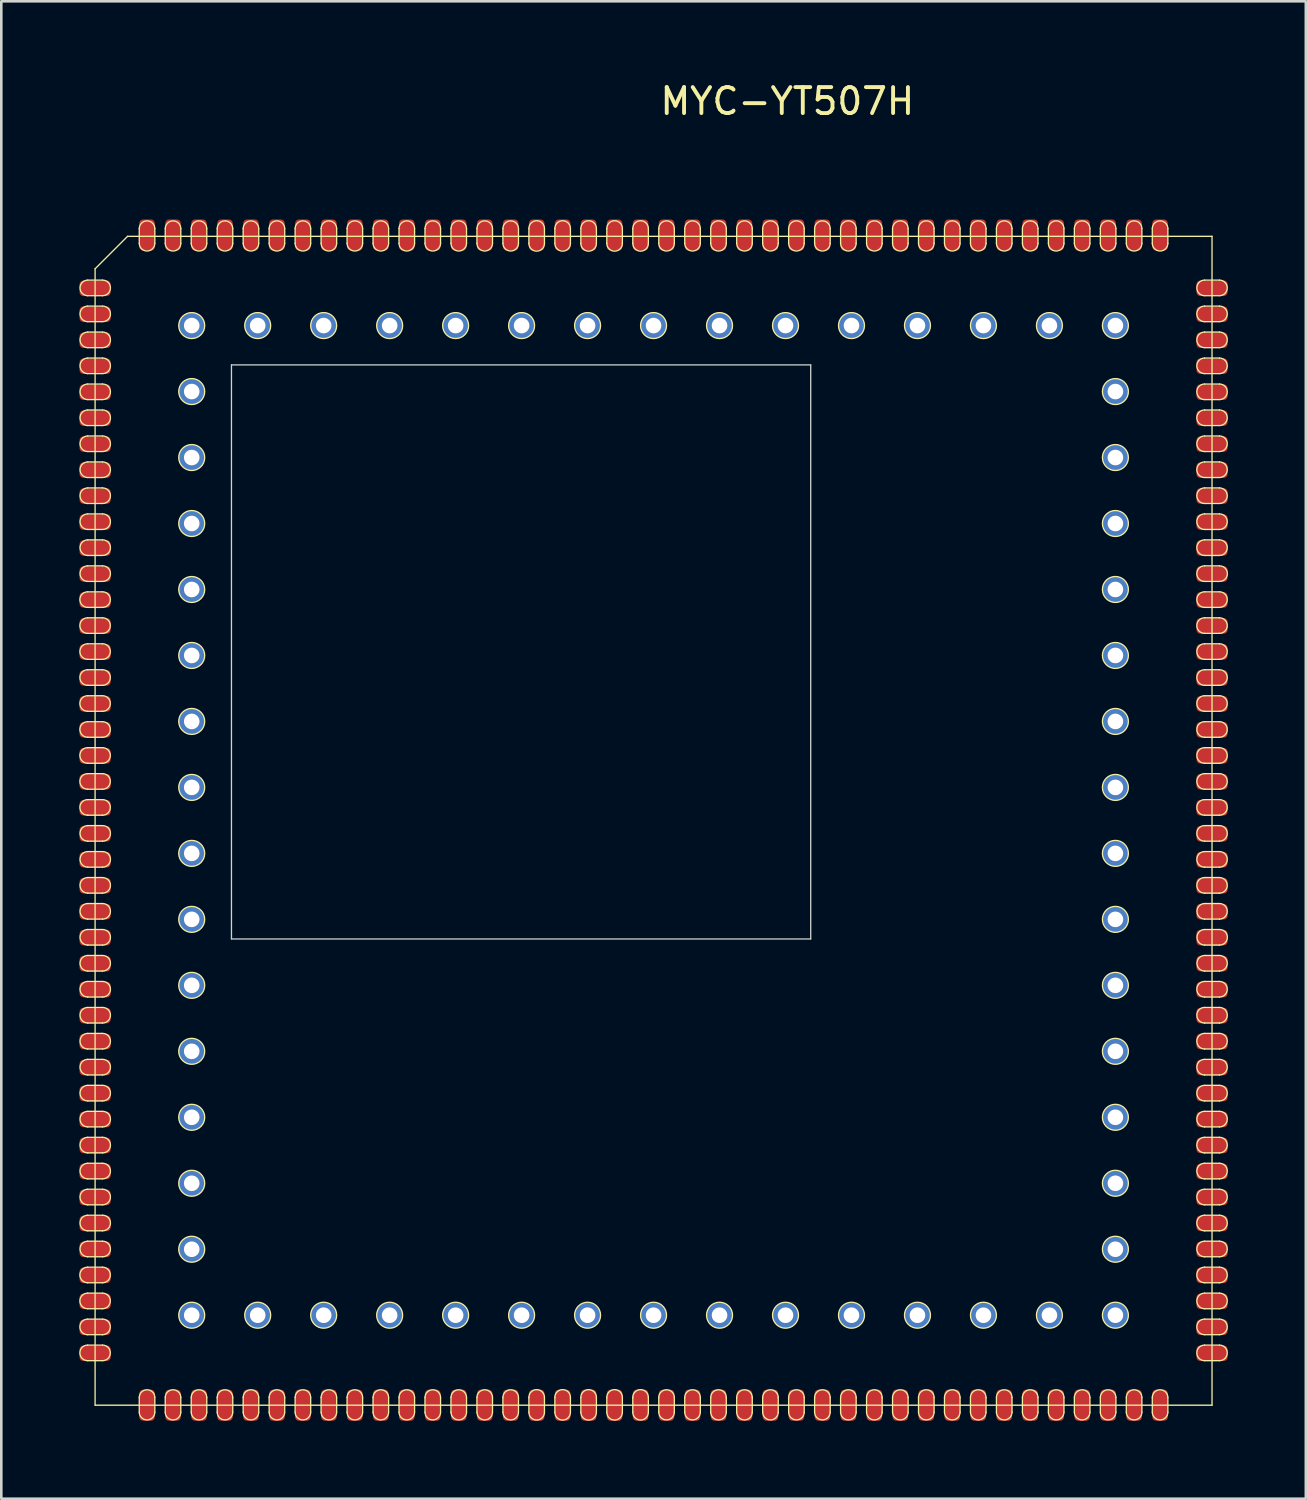
<source format=kicad_pcb>
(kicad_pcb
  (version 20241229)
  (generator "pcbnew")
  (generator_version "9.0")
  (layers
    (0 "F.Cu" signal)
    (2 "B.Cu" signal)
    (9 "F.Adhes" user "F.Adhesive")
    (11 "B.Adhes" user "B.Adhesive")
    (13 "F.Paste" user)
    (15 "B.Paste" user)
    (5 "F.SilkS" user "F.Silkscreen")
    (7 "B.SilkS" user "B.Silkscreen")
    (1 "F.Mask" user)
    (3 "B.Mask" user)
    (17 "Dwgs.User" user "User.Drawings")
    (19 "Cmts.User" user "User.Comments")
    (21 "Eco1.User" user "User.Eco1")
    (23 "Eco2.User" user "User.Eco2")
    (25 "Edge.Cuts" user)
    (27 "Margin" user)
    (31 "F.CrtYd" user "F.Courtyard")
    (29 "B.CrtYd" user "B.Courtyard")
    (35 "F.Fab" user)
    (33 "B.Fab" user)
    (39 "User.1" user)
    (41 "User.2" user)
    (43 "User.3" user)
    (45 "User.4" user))
  (footprint "MYC-YT507H"
    (layer "F.Cu")
    (at 23.511 30.448)
    (property "Reference" "MYC-YT507H" (at 3.75 -29.6 0) (unlocked yes) (layer "F.SilkS") (effects (font (size 1 1) (thickness 0.15))))
    (attr smd)
    (fp_line (start -23.186 -22.714) (end -22.614 -22.714) (stroke (width 0.05) (type solid)) (layer "F.SilkS"))
    (fp_line (start -23.186 -21.714) (end -22.614 -21.714) (stroke (width 0.05) (type solid)) (layer "F.SilkS"))
    (fp_line (start -23.186 -20.714) (end -22.614 -20.714) (stroke (width 0.05) (type solid)) (layer "F.SilkS"))
    (fp_line (start -23.186 -19.714) (end -22.614 -19.714) (stroke (width 0.05) (type solid)) (layer "F.SilkS"))
    (fp_line (start -23.186 -18.714) (end -22.614 -18.714) (stroke (width 0.05) (type solid)) (layer "F.SilkS"))
    (fp_line (start -23.186 -17.714) (end -22.614 -17.714) (stroke (width 0.05) (type solid)) (layer "F.SilkS"))
    (fp_line (start -23.186 -16.714) (end -22.614 -16.714) (stroke (width 0.05) (type solid)) (layer "F.SilkS"))
    (fp_line (start -23.186 -15.714) (end -22.614 -15.714) (stroke (width 0.05) (type solid)) (layer "F.SilkS"))
    (fp_line (start -23.186 -14.714) (end -22.614 -14.714) (stroke (width 0.05) (type solid)) (layer "F.SilkS"))
    (fp_line (start -23.186 -13.714) (end -22.614 -13.714) (stroke (width 0.05) (type solid)) (layer "F.SilkS"))
    (fp_line (start -23.186 -12.714) (end -22.614 -12.714) (stroke (width 0.05) (type solid)) (layer "F.SilkS"))
    (fp_line (start -23.186 -11.714) (end -22.614 -11.714) (stroke (width 0.05) (type solid)) (layer "F.SilkS"))
    (fp_line (start -23.186 -10.714) (end -22.614 -10.714) (stroke (width 0.05) (type solid)) (layer "F.SilkS"))
    (fp_line (start -23.186 -9.714) (end -22.614 -9.714) (stroke (width 0.05) (type solid)) (layer "F.SilkS"))
    (fp_line (start -23.186 -8.714) (end -22.614 -8.714) (stroke (width 0.05) (type solid)) (layer "F.SilkS"))
    (fp_line (start -23.186 -7.714) (end -22.614 -7.714) (stroke (width 0.05) (type solid)) (layer "F.SilkS"))
    (fp_line (start -23.186 -6.714) (end -22.614 -6.714) (stroke (width 0.05) (type solid)) (layer "F.SilkS"))
    (fp_line (start -23.186 -5.714) (end -22.614 -5.714) (stroke (width 0.05) (type solid)) (layer "F.SilkS"))
    (fp_line (start -23.186 -4.714) (end -22.614 -4.714) (stroke (width 0.05) (type solid)) (layer "F.SilkS"))
    (fp_line (start -23.186 -3.714) (end -22.614 -3.714) (stroke (width 0.05) (type solid)) (layer "F.SilkS"))
    (fp_line (start -23.186 -2.714) (end -22.614 -2.714) (stroke (width 0.05) (type solid)) (layer "F.SilkS"))
    (fp_line (start -23.186 -1.714) (end -22.614 -1.714) (stroke (width 0.05) (type solid)) (layer "F.SilkS"))
    (fp_line (start -23.186 -0.714) (end -22.614 -0.714) (stroke (width 0.05) (type solid)) (layer "F.SilkS"))
    (fp_line (start -23.186 0.286) (end -22.614 0.286) (stroke (width 0.05) (type solid)) (layer "F.SilkS"))
    (fp_line (start -23.186 1.286) (end -22.614 1.286) (stroke (width 0.05) (type solid)) (layer "F.SilkS"))
    (fp_line (start -23.186 2.286) (end -22.614 2.286) (stroke (width 0.05) (type solid)) (layer "F.SilkS"))
    (fp_line (start -23.186 3.286) (end -22.614 3.286) (stroke (width 0.05) (type solid)) (layer "F.SilkS"))
    (fp_line (start -23.186 4.286) (end -22.614 4.286) (stroke (width 0.05) (type solid)) (layer "F.SilkS"))
    (fp_line (start -23.186 5.286) (end -22.614 5.286) (stroke (width 0.05) (type solid)) (layer "F.SilkS"))
    (fp_line (start -23.186 6.286) (end -22.614 6.286) (stroke (width 0.05) (type solid)) (layer "F.SilkS"))
    (fp_line (start -23.186 7.286) (end -22.614 7.286) (stroke (width 0.05) (type solid)) (layer "F.SilkS"))
    (fp_line (start -23.186 8.286) (end -22.614 8.286) (stroke (width 0.05) (type solid)) (layer "F.SilkS"))
    (fp_line (start -23.186 9.286) (end -22.614 9.286) (stroke (width 0.05) (type solid)) (layer "F.SilkS"))
    (fp_line (start -23.186 10.286) (end -22.614 10.286) (stroke (width 0.05) (type solid)) (layer "F.SilkS"))
    (fp_line (start -23.186 11.286) (end -22.614 11.286) (stroke (width 0.05) (type solid)) (layer "F.SilkS"))
    (fp_line (start -23.186 12.286) (end -22.614 12.286) (stroke (width 0.05) (type solid)) (layer "F.SilkS"))
    (fp_line (start -23.186 13.286) (end -22.614 13.286) (stroke (width 0.05) (type solid)) (layer "F.SilkS"))
    (fp_line (start -23.186 14.286) (end -22.614 14.286) (stroke (width 0.05) (type solid)) (layer "F.SilkS"))
    (fp_line (start -23.186 15.286) (end -22.614 15.286) (stroke (width 0.05) (type solid)) (layer "F.SilkS"))
    (fp_line (start -23.186 16.286) (end -22.614 16.286) (stroke (width 0.05) (type solid)) (layer "F.SilkS"))
    (fp_line (start -23.186 17.286) (end -22.614 17.286) (stroke (width 0.05) (type solid)) (layer "F.SilkS"))
    (fp_line (start -23.186 18.286) (end -22.614 18.286) (stroke (width 0.05) (type solid)) (layer "F.SilkS"))
    (fp_line (start -22.9 -23.15) (end -22.9 20.6) (stroke (width 0.05) (type solid)) (layer "F.SilkS"))
    (fp_line (start -22.9 -23.15) (end -21.65 -24.4) (stroke (width 0.05) (type solid)) (layer "F.SilkS"))
    (fp_line (start -22.9 20.6) (end 20.1 20.6) (stroke (width 0.05) (type solid)) (layer "F.SilkS"))
    (fp_line (start -22.614 -22.114) (end -23.186 -22.114) (stroke (width 0.05) (type solid)) (layer "F.SilkS"))
    (fp_line (start -22.614 -21.114) (end -23.186 -21.114) (stroke (width 0.05) (type solid)) (layer "F.SilkS"))
    (fp_line (start -22.614 -20.114) (end -23.186 -20.114) (stroke (width 0.05) (type solid)) (layer "F.SilkS"))
    (fp_line (start -22.614 -19.114) (end -23.186 -19.114) (stroke (width 0.05) (type solid)) (layer "F.SilkS"))
    (fp_line (start -22.614 -18.114) (end -23.186 -18.114) (stroke (width 0.05) (type solid)) (layer "F.SilkS"))
    (fp_line (start -22.614 -17.114) (end -23.186 -17.114) (stroke (width 0.05) (type solid)) (layer "F.SilkS"))
    (fp_line (start -22.614 -16.114) (end -23.186 -16.114) (stroke (width 0.05) (type solid)) (layer "F.SilkS"))
    (fp_line (start -22.614 -15.114) (end -23.186 -15.114) (stroke (width 0.05) (type solid)) (layer "F.SilkS"))
    (fp_line (start -22.614 -14.114) (end -23.186 -14.114) (stroke (width 0.05) (type solid)) (layer "F.SilkS"))
    (fp_line (start -22.614 -13.114) (end -23.186 -13.114) (stroke (width 0.05) (type solid)) (layer "F.SilkS"))
    (fp_line (start -22.614 -12.114) (end -23.186 -12.114) (stroke (width 0.05) (type solid)) (layer "F.SilkS"))
    (fp_line (start -22.614 -11.114) (end -23.186 -11.114) (stroke (width 0.05) (type solid)) (layer "F.SilkS"))
    (fp_line (start -22.614 -10.114) (end -23.186 -10.114) (stroke (width 0.05) (type solid)) (layer "F.SilkS"))
    (fp_line (start -22.614 -9.114) (end -23.186 -9.114) (stroke (width 0.05) (type solid)) (layer "F.SilkS"))
    (fp_line (start -22.614 -8.114) (end -23.186 -8.114) (stroke (width 0.05) (type solid)) (layer "F.SilkS"))
    (fp_line (start -22.614 -7.114) (end -23.186 -7.114) (stroke (width 0.05) (type solid)) (layer "F.SilkS"))
    (fp_line (start -22.614 -6.114) (end -23.186 -6.114) (stroke (width 0.05) (type solid)) (layer "F.SilkS"))
    (fp_line (start -22.614 -5.114) (end -23.186 -5.114) (stroke (width 0.05) (type solid)) (layer "F.SilkS"))
    (fp_line (start -22.614 -4.114) (end -23.186 -4.114) (stroke (width 0.05) (type solid)) (layer "F.SilkS"))
    (fp_line (start -22.614 -3.114) (end -23.186 -3.114) (stroke (width 0.05) (type solid)) (layer "F.SilkS"))
    (fp_line (start -22.614 -2.114) (end -23.186 -2.114) (stroke (width 0.05) (type solid)) (layer "F.SilkS"))
    (fp_line (start -22.614 -1.114) (end -23.186 -1.114) (stroke (width 0.05) (type solid)) (layer "F.SilkS"))
    (fp_line (start -22.614 -0.114) (end -23.186 -0.114) (stroke (width 0.05) (type solid)) (layer "F.SilkS"))
    (fp_line (start -22.614 0.886) (end -23.186 0.886) (stroke (width 0.05) (type solid)) (layer "F.SilkS"))
    (fp_line (start -22.614 1.886) (end -23.186 1.886) (stroke (width 0.05) (type solid)) (layer "F.SilkS"))
    (fp_line (start -22.614 2.886) (end -23.186 2.886) (stroke (width 0.05) (type solid)) (layer "F.SilkS"))
    (fp_line (start -22.614 3.886) (end -23.186 3.886) (stroke (width 0.05) (type solid)) (layer "F.SilkS"))
    (fp_line (start -22.614 4.886) (end -23.186 4.886) (stroke (width 0.05) (type solid)) (layer "F.SilkS"))
    (fp_line (start -22.614 5.886) (end -23.186 5.886) (stroke (width 0.05) (type solid)) (layer "F.SilkS"))
    (fp_line (start -22.614 6.886) (end -23.186 6.886) (stroke (width 0.05) (type solid)) (layer "F.SilkS"))
    (fp_line (start -22.614 7.886) (end -23.186 7.886) (stroke (width 0.05) (type solid)) (layer "F.SilkS"))
    (fp_line (start -22.614 8.886) (end -23.186 8.886) (stroke (width 0.05) (type solid)) (layer "F.SilkS"))
    (fp_line (start -22.614 9.886) (end -23.186 9.886) (stroke (width 0.05) (type solid)) (layer "F.SilkS"))
    (fp_line (start -22.614 10.886) (end -23.186 10.886) (stroke (width 0.05) (type solid)) (layer "F.SilkS"))
    (fp_line (start -22.614 11.886) (end -23.186 11.886) (stroke (width 0.05) (type solid)) (layer "F.SilkS"))
    (fp_line (start -22.614 12.886) (end -23.186 12.886) (stroke (width 0.05) (type solid)) (layer "F.SilkS"))
    (fp_line (start -22.614 13.886) (end -23.186 13.886) (stroke (width 0.05) (type solid)) (layer "F.SilkS"))
    (fp_line (start -22.614 14.886) (end -23.186 14.886) (stroke (width 0.05) (type solid)) (layer "F.SilkS"))
    (fp_line (start -22.614 15.886) (end -23.186 15.886) (stroke (width 0.05) (type solid)) (layer "F.SilkS"))
    (fp_line (start -22.614 16.886) (end -23.186 16.886) (stroke (width 0.05) (type solid)) (layer "F.SilkS"))
    (fp_line (start -22.614 17.886) (end -23.186 17.886) (stroke (width 0.05) (type solid)) (layer "F.SilkS"))
    (fp_line (start -22.614 18.886) (end -23.186 18.886) (stroke (width 0.05) (type solid)) (layer "F.SilkS"))
    (fp_line (start -21.2 -24.128) (end -21.2 -24.7) (stroke (width 0.05) (type solid)) (layer "F.SilkS"))
    (fp_line (start -21.2 20.872) (end -21.2 20.3) (stroke (width 0.05) (type solid)) (layer "F.SilkS"))
    (fp_line (start -20.6 -24.7) (end -20.6 -24.128) (stroke (width 0.05) (type solid)) (layer "F.SilkS"))
    (fp_line (start -20.6 20.3) (end -20.6 20.872) (stroke (width 0.05) (type solid)) (layer "F.SilkS"))
    (fp_line (start -20.2 -24.128) (end -20.2 -24.7) (stroke (width 0.05) (type solid)) (layer "F.SilkS"))
    (fp_line (start -20.2 20.872) (end -20.2 20.3) (stroke (width 0.05) (type solid)) (layer "F.SilkS"))
    (fp_line (start -19.6 -24.7) (end -19.6 -24.128) (stroke (width 0.05) (type solid)) (layer "F.SilkS"))
    (fp_line (start -19.6 20.3) (end -19.6 20.872) (stroke (width 0.05) (type solid)) (layer "F.SilkS"))
    (fp_line (start -19.2 -24.128) (end -19.2 -24.7) (stroke (width 0.05) (type solid)) (layer "F.SilkS"))
    (fp_line (start -19.2 20.872) (end -19.2 20.3) (stroke (width 0.05) (type solid)) (layer "F.SilkS"))
    (fp_line (start -18.6 -24.7) (end -18.6 -24.128) (stroke (width 0.05) (type solid)) (layer "F.SilkS"))
    (fp_line (start -18.6 20.3) (end -18.6 20.872) (stroke (width 0.05) (type solid)) (layer "F.SilkS"))
    (fp_line (start -18.2 -24.128) (end -18.2 -24.7) (stroke (width 0.05) (type solid)) (layer "F.SilkS"))
    (fp_line (start -18.2 20.872) (end -18.2 20.3) (stroke (width 0.05) (type solid)) (layer "F.SilkS"))
    (fp_line (start -17.6 -24.7) (end -17.6 -24.128) (stroke (width 0.05) (type solid)) (layer "F.SilkS"))
    (fp_line (start -17.6 20.3) (end -17.6 20.872) (stroke (width 0.05) (type solid)) (layer "F.SilkS"))
    (fp_line (start -17.2 -24.128) (end -17.2 -24.7) (stroke (width 0.05) (type solid)) (layer "F.SilkS"))
    (fp_line (start -17.2 20.872) (end -17.2 20.3) (stroke (width 0.05) (type solid)) (layer "F.SilkS"))
    (fp_line (start -16.6 -24.7) (end -16.6 -24.128) (stroke (width 0.05) (type solid)) (layer "F.SilkS"))
    (fp_line (start -16.6 20.3) (end -16.6 20.872) (stroke (width 0.05) (type solid)) (layer "F.SilkS"))
    (fp_line (start -16.2 -24.128) (end -16.2 -24.7) (stroke (width 0.05) (type solid)) (layer "F.SilkS"))
    (fp_line (start -16.2 20.872) (end -16.2 20.3) (stroke (width 0.05) (type solid)) (layer "F.SilkS"))
    (fp_line (start -15.6 -24.7) (end -15.6 -24.128) (stroke (width 0.05) (type solid)) (layer "F.SilkS"))
    (fp_line (start -15.6 20.3) (end -15.6 20.872) (stroke (width 0.05) (type solid)) (layer "F.SilkS"))
    (fp_line (start -15.2 -24.128) (end -15.2 -24.7) (stroke (width 0.05) (type solid)) (layer "F.SilkS"))
    (fp_line (start -15.2 20.872) (end -15.2 20.3) (stroke (width 0.05) (type solid)) (layer "F.SilkS"))
    (fp_line (start -14.6 -24.7) (end -14.6 -24.128) (stroke (width 0.05) (type solid)) (layer "F.SilkS"))
    (fp_line (start -14.6 20.3) (end -14.6 20.872) (stroke (width 0.05) (type solid)) (layer "F.SilkS"))
    (fp_line (start -14.2 -24.128) (end -14.2 -24.7) (stroke (width 0.05) (type solid)) (layer "F.SilkS"))
    (fp_line (start -14.2 20.872) (end -14.2 20.3) (stroke (width 0.05) (type solid)) (layer "F.SilkS"))
    (fp_line (start -13.6 -24.7) (end -13.6 -24.128) (stroke (width 0.05) (type solid)) (layer "F.SilkS"))
    (fp_line (start -13.6 20.3) (end -13.6 20.872) (stroke (width 0.05) (type solid)) (layer "F.SilkS"))
    (fp_line (start -13.2 -24.128) (end -13.2 -24.7) (stroke (width 0.05) (type solid)) (layer "F.SilkS"))
    (fp_line (start -13.2 20.872) (end -13.2 20.3) (stroke (width 0.05) (type solid)) (layer "F.SilkS"))
    (fp_line (start -12.6 -24.7) (end -12.6 -24.128) (stroke (width 0.05) (type solid)) (layer "F.SilkS"))
    (fp_line (start -12.6 20.3) (end -12.6 20.872) (stroke (width 0.05) (type solid)) (layer "F.SilkS"))
    (fp_line (start -12.2 -24.128) (end -12.2 -24.7) (stroke (width 0.05) (type solid)) (layer "F.SilkS"))
    (fp_line (start -12.2 20.872) (end -12.2 20.3) (stroke (width 0.05) (type solid)) (layer "F.SilkS"))
    (fp_line (start -11.6 -24.7) (end -11.6 -24.128) (stroke (width 0.05) (type solid)) (layer "F.SilkS"))
    (fp_line (start -11.6 20.3) (end -11.6 20.872) (stroke (width 0.05) (type solid)) (layer "F.SilkS"))
    (fp_line (start -11.2 -24.128) (end -11.2 -24.7) (stroke (width 0.05) (type solid)) (layer "F.SilkS"))
    (fp_line (start -11.2 20.872) (end -11.2 20.3) (stroke (width 0.05) (type solid)) (layer "F.SilkS"))
    (fp_line (start -10.6 -24.7) (end -10.6 -24.128) (stroke (width 0.05) (type solid)) (layer "F.SilkS"))
    (fp_line (start -10.6 20.3) (end -10.6 20.872) (stroke (width 0.05) (type solid)) (layer "F.SilkS"))
    (fp_line (start -10.2 -24.128) (end -10.2 -24.7) (stroke (width 0.05) (type solid)) (layer "F.SilkS"))
    (fp_line (start -10.2 20.872) (end -10.2 20.3) (stroke (width 0.05) (type solid)) (layer "F.SilkS"))
    (fp_line (start -9.6 -24.7) (end -9.6 -24.128) (stroke (width 0.05) (type solid)) (layer "F.SilkS"))
    (fp_line (start -9.6 20.3) (end -9.6 20.872) (stroke (width 0.05) (type solid)) (layer "F.SilkS"))
    (fp_line (start -9.2 -24.128) (end -9.2 -24.7) (stroke (width 0.05) (type solid)) (layer "F.SilkS"))
    (fp_line (start -9.2 20.872) (end -9.2 20.3) (stroke (width 0.05) (type solid)) (layer "F.SilkS"))
    (fp_line (start -8.6 -24.7) (end -8.6 -24.128) (stroke (width 0.05) (type solid)) (layer "F.SilkS"))
    (fp_line (start -8.6 20.3) (end -8.6 20.872) (stroke (width 0.05) (type solid)) (layer "F.SilkS"))
    (fp_line (start -8.2 -24.128) (end -8.2 -24.7) (stroke (width 0.05) (type solid)) (layer "F.SilkS"))
    (fp_line (start -8.2 20.872) (end -8.2 20.3) (stroke (width 0.05) (type solid)) (layer "F.SilkS"))
    (fp_line (start -7.6 -24.7) (end -7.6 -24.128) (stroke (width 0.05) (type solid)) (layer "F.SilkS"))
    (fp_line (start -7.6 20.3) (end -7.6 20.872) (stroke (width 0.05) (type solid)) (layer "F.SilkS"))
    (fp_line (start -7.2 -24.128) (end -7.2 -24.7) (stroke (width 0.05) (type solid)) (layer "F.SilkS"))
    (fp_line (start -7.2 20.872) (end -7.2 20.3) (stroke (width 0.05) (type solid)) (layer "F.SilkS"))
    (fp_line (start -6.6 -24.7) (end -6.6 -24.128) (stroke (width 0.05) (type solid)) (layer "F.SilkS"))
    (fp_line (start -6.6 20.3) (end -6.6 20.872) (stroke (width 0.05) (type solid)) (layer "F.SilkS"))
    (fp_line (start -6.2 -24.128) (end -6.2 -24.7) (stroke (width 0.05) (type solid)) (layer "F.SilkS"))
    (fp_line (start -6.2 20.872) (end -6.2 20.3) (stroke (width 0.05) (type solid)) (layer "F.SilkS"))
    (fp_line (start -5.6 -24.7) (end -5.6 -24.128) (stroke (width 0.05) (type solid)) (layer "F.SilkS"))
    (fp_line (start -5.6 20.3) (end -5.6 20.872) (stroke (width 0.05) (type solid)) (layer "F.SilkS"))
    (fp_line (start -5.2 -24.128) (end -5.2 -24.7) (stroke (width 0.05) (type solid)) (layer "F.SilkS"))
    (fp_line (start -5.2 20.872) (end -5.2 20.3) (stroke (width 0.05) (type solid)) (layer "F.SilkS"))
    (fp_line (start -4.6 -24.7) (end -4.6 -24.128) (stroke (width 0.05) (type solid)) (layer "F.SilkS"))
    (fp_line (start -4.6 20.3) (end -4.6 20.872) (stroke (width 0.05) (type solid)) (layer "F.SilkS"))
    (fp_line (start -4.2 -24.128) (end -4.2 -24.7) (stroke (width 0.05) (type solid)) (layer "F.SilkS"))
    (fp_line (start -4.2 20.872) (end -4.2 20.3) (stroke (width 0.05) (type solid)) (layer "F.SilkS"))
    (fp_line (start -3.6 -24.7) (end -3.6 -24.128) (stroke (width 0.05) (type solid)) (layer "F.SilkS"))
    (fp_line (start -3.6 20.3) (end -3.6 20.872) (stroke (width 0.05) (type solid)) (layer "F.SilkS"))
    (fp_line (start -3.2 -24.128) (end -3.2 -24.7) (stroke (width 0.05) (type solid)) (layer "F.SilkS"))
    (fp_line (start -3.2 20.872) (end -3.2 20.3) (stroke (width 0.05) (type solid)) (layer "F.SilkS"))
    (fp_line (start -2.6 -24.7) (end -2.6 -24.128) (stroke (width 0.05) (type solid)) (layer "F.SilkS"))
    (fp_line (start -2.6 20.3) (end -2.6 20.872) (stroke (width 0.05) (type solid)) (layer "F.SilkS"))
    (fp_line (start -2.2 -24.128) (end -2.2 -24.7) (stroke (width 0.05) (type solid)) (layer "F.SilkS"))
    (fp_line (start -2.2 20.872) (end -2.2 20.3) (stroke (width 0.05) (type solid)) (layer "F.SilkS"))
    (fp_line (start -1.6 -24.7) (end -1.6 -24.128) (stroke (width 0.05) (type solid)) (layer "F.SilkS"))
    (fp_line (start -1.6 20.3) (end -1.6 20.872) (stroke (width 0.05) (type solid)) (layer "F.SilkS"))
    (fp_line (start -1.2 -24.128) (end -1.2 -24.7) (stroke (width 0.05) (type solid)) (layer "F.SilkS"))
    (fp_line (start -1.2 20.872) (end -1.2 20.3) (stroke (width 0.05) (type solid)) (layer "F.SilkS"))
    (fp_line (start -0.6 -24.7) (end -0.6 -24.128) (stroke (width 0.05) (type solid)) (layer "F.SilkS"))
    (fp_line (start -0.6 20.3) (end -0.6 20.872) (stroke (width 0.05) (type solid)) (layer "F.SilkS"))
    (fp_line (start -0.2 -24.128) (end -0.2 -24.7) (stroke (width 0.05) (type solid)) (layer "F.SilkS"))
    (fp_line (start -0.2 20.872) (end -0.2 20.3) (stroke (width 0.05) (type solid)) (layer "F.SilkS"))
    (fp_line (start 0.4 -24.7) (end 0.4 -24.128) (stroke (width 0.05) (type solid)) (layer "F.SilkS"))
    (fp_line (start 0.4 20.3) (end 0.4 20.872) (stroke (width 0.05) (type solid)) (layer "F.SilkS"))
    (fp_line (start 0.8 -24.128) (end 0.8 -24.7) (stroke (width 0.05) (type solid)) (layer "F.SilkS"))
    (fp_line (start 0.8 20.872) (end 0.8 20.3) (stroke (width 0.05) (type solid)) (layer "F.SilkS"))
    (fp_line (start 1.4 -24.7) (end 1.4 -24.128) (stroke (width 0.05) (type solid)) (layer "F.SilkS"))
    (fp_line (start 1.4 20.3) (end 1.4 20.872) (stroke (width 0.05) (type solid)) (layer "F.SilkS"))
    (fp_line (start 1.8 -24.128) (end 1.8 -24.7) (stroke (width 0.05) (type solid)) (layer "F.SilkS"))
    (fp_line (start 1.8 20.872) (end 1.8 20.3) (stroke (width 0.05) (type solid)) (layer "F.SilkS"))
    (fp_line (start 2.4 -24.7) (end 2.4 -24.128) (stroke (width 0.05) (type solid)) (layer "F.SilkS"))
    (fp_line (start 2.4 20.3) (end 2.4 20.872) (stroke (width 0.05) (type solid)) (layer "F.SilkS"))
    (fp_line (start 2.8 -24.128) (end 2.8 -24.7) (stroke (width 0.05) (type solid)) (layer "F.SilkS"))
    (fp_line (start 2.8 20.872) (end 2.8 20.3) (stroke (width 0.05) (type solid)) (layer "F.SilkS"))
    (fp_line (start 3.4 -24.7) (end 3.4 -24.128) (stroke (width 0.05) (type solid)) (layer "F.SilkS"))
    (fp_line (start 3.4 20.3) (end 3.4 20.872) (stroke (width 0.05) (type solid)) (layer "F.SilkS"))
    (fp_line (start 3.8 -24.128) (end 3.8 -24.7) (stroke (width 0.05) (type solid)) (layer "F.SilkS"))
    (fp_line (start 3.8 20.872) (end 3.8 20.3) (stroke (width 0.05) (type solid)) (layer "F.SilkS"))
    (fp_line (start 4.4 -24.7) (end 4.4 -24.128) (stroke (width 0.05) (type solid)) (layer "F.SilkS"))
    (fp_line (start 4.4 20.3) (end 4.4 20.872) (stroke (width 0.05) (type solid)) (layer "F.SilkS"))
    (fp_line (start 4.8 -24.128) (end 4.8 -24.7) (stroke (width 0.05) (type solid)) (layer "F.SilkS"))
    (fp_line (start 4.8 20.872) (end 4.8 20.3) (stroke (width 0.05) (type solid)) (layer "F.SilkS"))
    (fp_line (start 5.4 -24.7) (end 5.4 -24.128) (stroke (width 0.05) (type solid)) (layer "F.SilkS"))
    (fp_line (start 5.4 20.3) (end 5.4 20.872) (stroke (width 0.05) (type solid)) (layer "F.SilkS"))
    (fp_line (start 5.8 -24.128) (end 5.8 -24.7) (stroke (width 0.05) (type solid)) (layer "F.SilkS"))
    (fp_line (start 5.8 20.872) (end 5.8 20.3) (stroke (width 0.05) (type solid)) (layer "F.SilkS"))
    (fp_line (start 6.4 -24.7) (end 6.4 -24.128) (stroke (width 0.05) (type solid)) (layer "F.SilkS"))
    (fp_line (start 6.4 20.3) (end 6.4 20.872) (stroke (width 0.05) (type solid)) (layer "F.SilkS"))
    (fp_line (start 6.8 -24.128) (end 6.8 -24.7) (stroke (width 0.05) (type solid)) (layer "F.SilkS"))
    (fp_line (start 6.8 20.872) (end 6.8 20.3) (stroke (width 0.05) (type solid)) (layer "F.SilkS"))
    (fp_line (start 7.4 -24.7) (end 7.4 -24.128) (stroke (width 0.05) (type solid)) (layer "F.SilkS"))
    (fp_line (start 7.4 20.3) (end 7.4 20.872) (stroke (width 0.05) (type solid)) (layer "F.SilkS"))
    (fp_line (start 7.8 -24.128) (end 7.8 -24.7) (stroke (width 0.05) (type solid)) (layer "F.SilkS"))
    (fp_line (start 7.8 20.872) (end 7.8 20.3) (stroke (width 0.05) (type solid)) (layer "F.SilkS"))
    (fp_line (start 8.4 -24.7) (end 8.4 -24.128) (stroke (width 0.05) (type solid)) (layer "F.SilkS"))
    (fp_line (start 8.4 20.3) (end 8.4 20.872) (stroke (width 0.05) (type solid)) (layer "F.SilkS"))
    (fp_line (start 8.8 -24.128) (end 8.8 -24.7) (stroke (width 0.05) (type solid)) (layer "F.SilkS"))
    (fp_line (start 8.8 20.872) (end 8.8 20.3) (stroke (width 0.05) (type solid)) (layer "F.SilkS"))
    (fp_line (start 9.4 -24.7) (end 9.4 -24.128) (stroke (width 0.05) (type solid)) (layer "F.SilkS"))
    (fp_line (start 9.4 20.3) (end 9.4 20.872) (stroke (width 0.05) (type solid)) (layer "F.SilkS"))
    (fp_line (start 9.8 -24.128) (end 9.8 -24.7) (stroke (width 0.05) (type solid)) (layer "F.SilkS"))
    (fp_line (start 9.8 20.872) (end 9.8 20.3) (stroke (width 0.05) (type solid)) (layer "F.SilkS"))
    (fp_line (start 10.4 -24.7) (end 10.4 -24.128) (stroke (width 0.05) (type solid)) (layer "F.SilkS"))
    (fp_line (start 10.4 20.3) (end 10.4 20.872) (stroke (width 0.05) (type solid)) (layer "F.SilkS"))
    (fp_line (start 10.8 -24.128) (end 10.8 -24.7) (stroke (width 0.05) (type solid)) (layer "F.SilkS"))
    (fp_line (start 10.8 20.872) (end 10.8 20.3) (stroke (width 0.05) (type solid)) (layer "F.SilkS"))
    (fp_line (start 11.4 -24.7) (end 11.4 -24.128) (stroke (width 0.05) (type solid)) (layer "F.SilkS"))
    (fp_line (start 11.4 20.3) (end 11.4 20.872) (stroke (width 0.05) (type solid)) (layer "F.SilkS"))
    (fp_line (start 11.8 -24.128) (end 11.8 -24.7) (stroke (width 0.05) (type solid)) (layer "F.SilkS"))
    (fp_line (start 11.8 20.872) (end 11.8 20.3) (stroke (width 0.05) (type solid)) (layer "F.SilkS"))
    (fp_line (start 12.4 -24.7) (end 12.4 -24.128) (stroke (width 0.05) (type solid)) (layer "F.SilkS"))
    (fp_line (start 12.4 20.3) (end 12.4 20.872) (stroke (width 0.05) (type solid)) (layer "F.SilkS"))
    (fp_line (start 12.8 -24.128) (end 12.8 -24.7) (stroke (width 0.05) (type solid)) (layer "F.SilkS"))
    (fp_line (start 12.8 20.872) (end 12.8 20.3) (stroke (width 0.05) (type solid)) (layer "F.SilkS"))
    (fp_line (start 13.4 -24.7) (end 13.4 -24.128) (stroke (width 0.05) (type solid)) (layer "F.SilkS"))
    (fp_line (start 13.4 20.3) (end 13.4 20.872) (stroke (width 0.05) (type solid)) (layer "F.SilkS"))
    (fp_line (start 13.8 -24.128) (end 13.8 -24.7) (stroke (width 0.05) (type solid)) (layer "F.SilkS"))
    (fp_line (start 13.8 20.872) (end 13.8 20.3) (stroke (width 0.05) (type solid)) (layer "F.SilkS"))
    (fp_line (start 14.4 -24.7) (end 14.4 -24.128) (stroke (width 0.05) (type solid)) (layer "F.SilkS"))
    (fp_line (start 14.4 20.3) (end 14.4 20.872) (stroke (width 0.05) (type solid)) (layer "F.SilkS"))
    (fp_line (start 14.8 -24.128) (end 14.8 -24.7) (stroke (width 0.05) (type solid)) (layer "F.SilkS"))
    (fp_line (start 14.8 20.872) (end 14.8 20.3) (stroke (width 0.05) (type solid)) (layer "F.SilkS"))
    (fp_line (start 15.4 -24.7) (end 15.4 -24.128) (stroke (width 0.05) (type solid)) (layer "F.SilkS"))
    (fp_line (start 15.4 20.3) (end 15.4 20.872) (stroke (width 0.05) (type solid)) (layer "F.SilkS"))
    (fp_line (start 15.8 -24.128) (end 15.8 -24.7) (stroke (width 0.05) (type solid)) (layer "F.SilkS"))
    (fp_line (start 15.8 20.872) (end 15.8 20.3) (stroke (width 0.05) (type solid)) (layer "F.SilkS"))
    (fp_line (start 16.4 -24.7) (end 16.4 -24.128) (stroke (width 0.05) (type solid)) (layer "F.SilkS"))
    (fp_line (start 16.4 20.3) (end 16.4 20.872) (stroke (width 0.05) (type solid)) (layer "F.SilkS"))
    (fp_line (start 16.8 -24.128) (end 16.8 -24.7) (stroke (width 0.05) (type solid)) (layer "F.SilkS"))
    (fp_line (start 16.8 20.872) (end 16.8 20.3) (stroke (width 0.05) (type solid)) (layer "F.SilkS"))
    (fp_line (start 17.4 -24.7) (end 17.4 -24.128) (stroke (width 0.05) (type solid)) (layer "F.SilkS"))
    (fp_line (start 17.4 20.3) (end 17.4 20.872) (stroke (width 0.05) (type solid)) (layer "F.SilkS"))
    (fp_line (start 17.8 -24.128) (end 17.8 -24.7) (stroke (width 0.05) (type solid)) (layer "F.SilkS"))
    (fp_line (start 17.8 20.872) (end 17.8 20.3) (stroke (width 0.05) (type solid)) (layer "F.SilkS"))
    (fp_line (start 18.4 -24.7) (end 18.4 -24.128) (stroke (width 0.05) (type solid)) (layer "F.SilkS"))
    (fp_line (start 18.4 20.3) (end 18.4 20.872) (stroke (width 0.05) (type solid)) (layer "F.SilkS"))
    (fp_line (start 19.814 -22.714) (end 20.386 -22.714) (stroke (width 0.05) (type solid)) (layer "F.SilkS"))
    (fp_line (start 19.814 -21.714) (end 20.386 -21.714) (stroke (width 0.05) (type solid)) (layer "F.SilkS"))
    (fp_line (start 19.814 -20.714) (end 20.386 -20.714) (stroke (width 0.05) (type solid)) (layer "F.SilkS"))
    (fp_line (start 19.814 -19.714) (end 20.386 -19.714) (stroke (width 0.05) (type solid)) (layer "F.SilkS"))
    (fp_line (start 19.814 -18.714) (end 20.386 -18.714) (stroke (width 0.05) (type solid)) (layer "F.SilkS"))
    (fp_line (start 19.814 -17.714) (end 20.386 -17.714) (stroke (width 0.05) (type solid)) (layer "F.SilkS"))
    (fp_line (start 19.814 -16.714) (end 20.386 -16.714) (stroke (width 0.05) (type solid)) (layer "F.SilkS"))
    (fp_line (start 19.814 -15.714) (end 20.386 -15.714) (stroke (width 0.05) (type solid)) (layer "F.SilkS"))
    (fp_line (start 19.814 -14.714) (end 20.386 -14.714) (stroke (width 0.05) (type solid)) (layer "F.SilkS"))
    (fp_line (start 19.814 -13.714) (end 20.386 -13.714) (stroke (width 0.05) (type solid)) (layer "F.SilkS"))
    (fp_line (start 19.814 -12.714) (end 20.386 -12.714) (stroke (width 0.05) (type solid)) (layer "F.SilkS"))
    (fp_line (start 19.814 -11.714) (end 20.386 -11.714) (stroke (width 0.05) (type solid)) (layer "F.SilkS"))
    (fp_line (start 19.814 -10.714) (end 20.386 -10.714) (stroke (width 0.05) (type solid)) (layer "F.SilkS"))
    (fp_line (start 19.814 -9.714) (end 20.386 -9.714) (stroke (width 0.05) (type solid)) (layer "F.SilkS"))
    (fp_line (start 19.814 -8.714) (end 20.386 -8.714) (stroke (width 0.05) (type solid)) (layer "F.SilkS"))
    (fp_line (start 19.814 -7.714) (end 20.386 -7.714) (stroke (width 0.05) (type solid)) (layer "F.SilkS"))
    (fp_line (start 19.814 -6.714) (end 20.386 -6.714) (stroke (width 0.05) (type solid)) (layer "F.SilkS"))
    (fp_line (start 19.814 -5.714) (end 20.386 -5.714) (stroke (width 0.05) (type solid)) (layer "F.SilkS"))
    (fp_line (start 19.814 -4.714) (end 20.386 -4.714) (stroke (width 0.05) (type solid)) (layer "F.SilkS"))
    (fp_line (start 19.814 -3.714) (end 20.386 -3.714) (stroke (width 0.05) (type solid)) (layer "F.SilkS"))
    (fp_line (start 19.814 -2.714) (end 20.386 -2.714) (stroke (width 0.05) (type solid)) (layer "F.SilkS"))
    (fp_line (start 19.814 -1.714) (end 20.386 -1.714) (stroke (width 0.05) (type solid)) (layer "F.SilkS"))
    (fp_line (start 19.814 -0.714) (end 20.386 -0.714) (stroke (width 0.05) (type solid)) (layer "F.SilkS"))
    (fp_line (start 19.814 0.286) (end 20.386 0.286) (stroke (width 0.05) (type solid)) (layer "F.SilkS"))
    (fp_line (start 19.814 1.286) (end 20.386 1.286) (stroke (width 0.05) (type solid)) (layer "F.SilkS"))
    (fp_line (start 19.814 2.286) (end 20.386 2.286) (stroke (width 0.05) (type solid)) (layer "F.SilkS"))
    (fp_line (start 19.814 3.286) (end 20.386 3.286) (stroke (width 0.05) (type solid)) (layer "F.SilkS"))
    (fp_line (start 19.814 4.286) (end 20.386 4.286) (stroke (width 0.05) (type solid)) (layer "F.SilkS"))
    (fp_line (start 19.814 5.286) (end 20.386 5.286) (stroke (width 0.05) (type solid)) (layer "F.SilkS"))
    (fp_line (start 19.814 6.286) (end 20.386 6.286) (stroke (width 0.05) (type solid)) (layer "F.SilkS"))
    (fp_line (start 19.814 7.286) (end 20.386 7.286) (stroke (width 0.05) (type solid)) (layer "F.SilkS"))
    (fp_line (start 19.814 8.286) (end 20.386 8.286) (stroke (width 0.05) (type solid)) (layer "F.SilkS"))
    (fp_line (start 19.814 9.286) (end 20.386 9.286) (stroke (width 0.05) (type solid)) (layer "F.SilkS"))
    (fp_line (start 19.814 10.286) (end 20.386 10.286) (stroke (width 0.05) (type solid)) (layer "F.SilkS"))
    (fp_line (start 19.814 11.286) (end 20.386 11.286) (stroke (width 0.05) (type solid)) (layer "F.SilkS"))
    (fp_line (start 19.814 12.286) (end 20.386 12.286) (stroke (width 0.05) (type solid)) (layer "F.SilkS"))
    (fp_line (start 19.814 13.286) (end 20.386 13.286) (stroke (width 0.05) (type solid)) (layer "F.SilkS"))
    (fp_line (start 19.814 14.286) (end 20.386 14.286) (stroke (width 0.05) (type solid)) (layer "F.SilkS"))
    (fp_line (start 19.814 15.286) (end 20.386 15.286) (stroke (width 0.05) (type solid)) (layer "F.SilkS"))
    (fp_line (start 19.814 16.286) (end 20.386 16.286) (stroke (width 0.05) (type solid)) (layer "F.SilkS"))
    (fp_line (start 19.814 17.286) (end 20.386 17.286) (stroke (width 0.05) (type solid)) (layer "F.SilkS"))
    (fp_line (start 19.814 18.286) (end 20.386 18.286) (stroke (width 0.05) (type solid)) (layer "F.SilkS"))
    (fp_line (start 20.1 -24.4) (end -21.65 -24.4) (stroke (width 0.05) (type solid)) (layer "F.SilkS"))
    (fp_line (start 20.1 20.6) (end 20.1 -24.4) (stroke (width 0.05) (type solid)) (layer "F.SilkS"))
    (fp_line (start 20.386 -22.114) (end 19.814 -22.114) (stroke (width 0.05) (type solid)) (layer "F.SilkS"))
    (fp_line (start 20.386 -21.114) (end 19.814 -21.114) (stroke (width 0.05) (type solid)) (layer "F.SilkS"))
    (fp_line (start 20.386 -20.114) (end 19.814 -20.114) (stroke (width 0.05) (type solid)) (layer "F.SilkS"))
    (fp_line (start 20.386 -19.114) (end 19.814 -19.114) (stroke (width 0.05) (type solid)) (layer "F.SilkS"))
    (fp_line (start 20.386 -18.114) (end 19.814 -18.114) (stroke (width 0.05) (type solid)) (layer "F.SilkS"))
    (fp_line (start 20.386 -17.114) (end 19.814 -17.114) (stroke (width 0.05) (type solid)) (layer "F.SilkS"))
    (fp_line (start 20.386 -16.114) (end 19.814 -16.114) (stroke (width 0.05) (type solid)) (layer "F.SilkS"))
    (fp_line (start 20.386 -15.114) (end 19.814 -15.114) (stroke (width 0.05) (type solid)) (layer "F.SilkS"))
    (fp_line (start 20.386 -14.114) (end 19.814 -14.114) (stroke (width 0.05) (type solid)) (layer "F.SilkS"))
    (fp_line (start 20.386 -13.114) (end 19.814 -13.114) (stroke (width 0.05) (type solid)) (layer "F.SilkS"))
    (fp_line (start 20.386 -12.114) (end 19.814 -12.114) (stroke (width 0.05) (type solid)) (layer "F.SilkS"))
    (fp_line (start 20.386 -11.114) (end 19.814 -11.114) (stroke (width 0.05) (type solid)) (layer "F.SilkS"))
    (fp_line (start 20.386 -10.114) (end 19.814 -10.114) (stroke (width 0.05) (type solid)) (layer "F.SilkS"))
    (fp_line (start 20.386 -9.114) (end 19.814 -9.114) (stroke (width 0.05) (type solid)) (layer "F.SilkS"))
    (fp_line (start 20.386 -8.114) (end 19.814 -8.114) (stroke (width 0.05) (type solid)) (layer "F.SilkS"))
    (fp_line (start 20.386 -7.114) (end 19.814 -7.114) (stroke (width 0.05) (type solid)) (layer "F.SilkS"))
    (fp_line (start 20.386 -6.114) (end 19.814 -6.114) (stroke (width 0.05) (type solid)) (layer "F.SilkS"))
    (fp_line (start 20.386 -5.114) (end 19.814 -5.114) (stroke (width 0.05) (type solid)) (layer "F.SilkS"))
    (fp_line (start 20.386 -4.114) (end 19.814 -4.114) (stroke (width 0.05) (type solid)) (layer "F.SilkS"))
    (fp_line (start 20.386 -3.114) (end 19.814 -3.114) (stroke (width 0.05) (type solid)) (layer "F.SilkS"))
    (fp_line (start 20.386 -2.114) (end 19.814 -2.114) (stroke (width 0.05) (type solid)) (layer "F.SilkS"))
    (fp_line (start 20.386 -1.114) (end 19.814 -1.114) (stroke (width 0.05) (type solid)) (layer "F.SilkS"))
    (fp_line (start 20.386 -0.114) (end 19.814 -0.114) (stroke (width 0.05) (type solid)) (layer "F.SilkS"))
    (fp_line (start 20.386 0.886) (end 19.814 0.886) (stroke (width 0.05) (type solid)) (layer "F.SilkS"))
    (fp_line (start 20.386 1.886) (end 19.814 1.886) (stroke (width 0.05) (type solid)) (layer "F.SilkS"))
    (fp_line (start 20.386 2.886) (end 19.814 2.886) (stroke (width 0.05) (type solid)) (layer "F.SilkS"))
    (fp_line (start 20.386 3.886) (end 19.814 3.886) (stroke (width 0.05) (type solid)) (layer "F.SilkS"))
    (fp_line (start 20.386 4.886) (end 19.814 4.886) (stroke (width 0.05) (type solid)) (layer "F.SilkS"))
    (fp_line (start 20.386 5.886) (end 19.814 5.886) (stroke (width 0.05) (type solid)) (layer "F.SilkS"))
    (fp_line (start 20.386 6.886) (end 19.814 6.886) (stroke (width 0.05) (type solid)) (layer "F.SilkS"))
    (fp_line (start 20.386 7.886) (end 19.814 7.886) (stroke (width 0.05) (type solid)) (layer "F.SilkS"))
    (fp_line (start 20.386 8.886) (end 19.814 8.886) (stroke (width 0.05) (type solid)) (layer "F.SilkS"))
    (fp_line (start 20.386 9.886) (end 19.814 9.886) (stroke (width 0.05) (type solid)) (layer "F.SilkS"))
    (fp_line (start 20.386 10.886) (end 19.814 10.886) (stroke (width 0.05) (type solid)) (layer "F.SilkS"))
    (fp_line (start 20.386 11.886) (end 19.814 11.886) (stroke (width 0.05) (type solid)) (layer "F.SilkS"))
    (fp_line (start 20.386 12.886) (end 19.814 12.886) (stroke (width 0.05) (type solid)) (layer "F.SilkS"))
    (fp_line (start 20.386 13.886) (end 19.814 13.886) (stroke (width 0.05) (type solid)) (layer "F.SilkS"))
    (fp_line (start 20.386 14.886) (end 19.814 14.886) (stroke (width 0.05) (type solid)) (layer "F.SilkS"))
    (fp_line (start 20.386 15.886) (end 19.814 15.886) (stroke (width 0.05) (type solid)) (layer "F.SilkS"))
    (fp_line (start 20.386 16.886) (end 19.814 16.886) (stroke (width 0.05) (type solid)) (layer "F.SilkS"))
    (fp_line (start 20.386 17.886) (end 19.814 17.886) (stroke (width 0.05) (type solid)) (layer "F.SilkS"))
    (fp_line (start 20.386 18.886) (end 19.814 18.886) (stroke (width 0.05) (type solid)) (layer "F.SilkS"))
    (fp_arc (start -23.185692 -22.11428) (mid -23.485622 -22.414255) (end -23.185692 -22.714228) (stroke (width 0.05) (type solid)) (layer "F.SilkS"))
    (fp_arc (start -23.185692 -21.114282) (mid -23.48562 -21.414255) (end -23.185692 -21.71423) (stroke (width 0.05) (type solid)) (layer "F.SilkS"))
    (fp_arc (start -23.185692 -20.114284) (mid -23.485618 -20.414255) (end -23.185692 -20.714232) (stroke (width 0.05) (type solid)) (layer "F.SilkS"))
    (fp_arc (start -23.185692 -19.114286) (mid -23.485616 -19.414255) (end -23.185692 -19.714234) (stroke (width 0.05) (type solid)) (layer "F.SilkS"))
    (fp_arc (start -23.185692 -18.114288) (mid -23.485614 -18.414255) (end -23.185692 -18.714236) (stroke (width 0.05) (type solid)) (layer "F.SilkS"))
    (fp_arc (start -23.185692 -17.11429) (mid -23.485612 -17.414255) (end -23.185692 -17.714238) (stroke (width 0.05) (type solid)) (layer "F.SilkS"))
    (fp_arc (start -23.185692 -16.114292) (mid -23.48561 -16.414255) (end -23.185692 -16.71424) (stroke (width 0.05) (type solid)) (layer "F.SilkS"))
    (fp_arc (start -23.185692 -15.114294) (mid -23.485608 -15.414255) (end -23.185692 -15.714242) (stroke (width 0.05) (type solid)) (layer "F.SilkS"))
    (fp_arc (start -23.185692 -14.114296) (mid -23.485606 -14.414255) (end -23.185692 -14.714244) (stroke (width 0.05) (type solid)) (layer "F.SilkS"))
    (fp_arc (start -23.185692 -13.114298) (mid -23.485604 -13.414255) (end -23.185692 -13.714246) (stroke (width 0.05) (type solid)) (layer "F.SilkS"))
    (fp_arc (start -23.185692 -12.1143) (mid -23.485602 -12.414255) (end -23.185692 -12.714248) (stroke (width 0.05) (type solid)) (layer "F.SilkS"))
    (fp_arc (start -23.185692 -11.114302) (mid -23.4856 -11.414255) (end -23.185692 -11.71425) (stroke (width 0.05) (type solid)) (layer "F.SilkS"))
    (fp_arc (start -23.185692 -10.114304) (mid -23.485598 -10.414255) (end -23.185692 -10.714252) (stroke (width 0.05) (type solid)) (layer "F.SilkS"))
    (fp_arc (start -23.185692 -9.114306) (mid -23.485596 -9.414255) (end -23.185692 -9.714254) (stroke (width 0.05) (type solid)) (layer "F.SilkS"))
    (fp_arc (start -23.185692 -8.114308) (mid -23.485594 -8.414255) (end -23.185692 -8.714256) (stroke (width 0.05) (type solid)) (layer "F.SilkS"))
    (fp_arc (start -23.185692 -7.11431) (mid -23.485592 -7.414255) (end -23.185692 -7.714258) (stroke (width 0.05) (type solid)) (layer "F.SilkS"))
    (fp_arc (start -23.185692 -6.114312) (mid -23.48559 -6.414255) (end -23.185692 -6.71426) (stroke (width 0.05) (type solid)) (layer "F.SilkS"))
    (fp_arc (start -23.185692 -5.114314) (mid -23.485588 -5.414255) (end -23.185692 -5.714262) (stroke (width 0.05) (type solid)) (layer "F.SilkS"))
    (fp_arc (start -23.185692 -4.114316) (mid -23.485586 -4.414255) (end -23.185692 -4.714264) (stroke (width 0.05) (type solid)) (layer "F.SilkS"))
    (fp_arc (start -23.185692 -3.114318) (mid -23.485584 -3.414255) (end -23.185692 -3.714266) (stroke (width 0.05) (type solid)) (layer "F.SilkS"))
    (fp_arc (start -23.185692 -2.11432) (mid -23.485582 -2.414255) (end -23.185692 -2.714268) (stroke (width 0.05) (type solid)) (layer "F.SilkS"))
    (fp_arc (start -23.185692 -1.114068) (mid -23.485634 -1.414055) (end -23.185692 -1.714016) (stroke (width 0.05) (type solid)) (layer "F.SilkS"))
    (fp_arc (start -23.185692 -0.11407) (mid -23.485632 -0.414055) (end -23.185692 -0.714018) (stroke (width 0.05) (type solid)) (layer "F.SilkS"))
    (fp_arc (start -23.185692 0.885928) (mid -23.48563 0.585945) (end -23.185692 0.28598) (stroke (width 0.05) (type solid)) (layer "F.SilkS"))
    (fp_arc (start -23.185692 1.885926) (mid -23.485628 1.585945) (end -23.185692 1.285978) (stroke (width 0.05) (type solid)) (layer "F.SilkS"))
    (fp_arc (start -23.185692 2.885924) (mid -23.485626 2.585945) (end -23.185692 2.285976) (stroke (width 0.05) (type solid)) (layer "F.SilkS"))
    (fp_arc (start -23.185692 3.885922) (mid -23.485624 3.585945) (end -23.185692 3.285974) (stroke (width 0.05) (type solid)) (layer "F.SilkS"))
    (fp_arc (start -23.185692 4.88592) (mid -23.485622 4.585945) (end -23.185692 4.285972) (stroke (width 0.05) (type solid)) (layer "F.SilkS"))
    (fp_arc (start -23.185692 5.885918) (mid -23.48562 5.585945) (end -23.185692 5.28597) (stroke (width 0.05) (type solid)) (layer "F.SilkS"))
    (fp_arc (start -23.185692 6.885916) (mid -23.485618 6.585945) (end -23.185692 6.285968) (stroke (width 0.05) (type solid)) (layer "F.SilkS"))
    (fp_arc (start -23.185692 7.885914) (mid -23.485616 7.585945) (end -23.185692 7.285966) (stroke (width 0.05) (type solid)) (layer "F.SilkS"))
    (fp_arc (start -23.185692 8.885912) (mid -23.485614 8.585945) (end -23.185692 8.285964) (stroke (width 0.05) (type solid)) (layer "F.SilkS"))
    (fp_arc (start -23.185692 9.88591) (mid -23.485612 9.585945) (end -23.185692 9.285962) (stroke (width 0.05) (type solid)) (layer "F.SilkS"))
    (fp_arc (start -23.185692 10.885908) (mid -23.48561 10.585945) (end -23.185692 10.28596) (stroke (width 0.05) (type solid)) (layer "F.SilkS"))
    (fp_arc (start -23.185692 11.885906) (mid -23.485608 11.585945) (end -23.185692 11.285958) (stroke (width 0.05) (type solid)) (layer "F.SilkS"))
    (fp_arc (start -23.185692 12.885904) (mid -23.485606 12.585945) (end -23.185692 12.285956) (stroke (width 0.05) (type solid)) (layer "F.SilkS"))
    (fp_arc (start -23.185692 13.885902) (mid -23.485604 13.585945) (end -23.185692 13.285954) (stroke (width 0.05) (type solid)) (layer "F.SilkS"))
    (fp_arc (start -23.185692 14.8859) (mid -23.485602 14.585945) (end -23.185692 14.285952) (stroke (width 0.05) (type solid)) (layer "F.SilkS"))
    (fp_arc (start -23.185692 15.885898) (mid -23.4856 15.585945) (end -23.185692 15.28595) (stroke (width 0.05) (type solid)) (layer "F.SilkS"))
    (fp_arc (start -23.185692 16.885896) (mid -23.485598 16.585945) (end -23.185692 16.285948) (stroke (width 0.05) (type solid)) (layer "F.SilkS"))
    (fp_arc (start -23.185692 17.885894) (mid -23.485596 17.585945) (end -23.185692 17.285946) (stroke (width 0.05) (type solid)) (layer "F.SilkS"))
    (fp_arc (start -23.185692 18.885892) (mid -23.485594 18.585945) (end -23.185692 18.285944) (stroke (width 0.05) (type solid)) (layer "F.SilkS"))
    (fp_arc (start -22.614192 -22.714228) (mid -22.314174 -22.414255) (end -22.614192 -22.11428) (stroke (width 0.05) (type solid)) (layer "F.SilkS"))
    (fp_arc (start -22.614192 -21.71423) (mid -22.314172 -21.414255) (end -22.614192 -21.114282) (stroke (width 0.05) (type solid)) (layer "F.SilkS"))
    (fp_arc (start -22.614192 -20.714232) (mid -22.31417 -20.414255) (end -22.614192 -20.114284) (stroke (width 0.05) (type solid)) (layer "F.SilkS"))
    (fp_arc (start -22.614192 -19.714234) (mid -22.314168 -19.414255) (end -22.614192 -19.114286) (stroke (width 0.05) (type solid)) (layer "F.SilkS"))
    (fp_arc (start -22.614192 -18.714236) (mid -22.314166 -18.414255) (end -22.614192 -18.114288) (stroke (width 0.05) (type solid)) (layer "F.SilkS"))
    (fp_arc (start -22.614192 -17.714238) (mid -22.314164 -17.414255) (end -22.614192 -17.11429) (stroke (width 0.05) (type solid)) (layer "F.SilkS"))
    (fp_arc (start -22.614192 -16.71424) (mid -22.314162 -16.414255) (end -22.614192 -16.114292) (stroke (width 0.05) (type solid)) (layer "F.SilkS"))
    (fp_arc (start -22.614192 -15.714242) (mid -22.31416 -15.414255) (end -22.614192 -15.114294) (stroke (width 0.05) (type solid)) (layer "F.SilkS"))
    (fp_arc (start -22.614192 -14.714244) (mid -22.314158 -14.414255) (end -22.614192 -14.114296) (stroke (width 0.05) (type solid)) (layer "F.SilkS"))
    (fp_arc (start -22.614192 -13.714246) (mid -22.314156 -13.414255) (end -22.614192 -13.114298) (stroke (width 0.05) (type solid)) (layer "F.SilkS"))
    (fp_arc (start -22.614192 -12.714248) (mid -22.314154 -12.414255) (end -22.614192 -12.1143) (stroke (width 0.05) (type solid)) (layer "F.SilkS"))
    (fp_arc (start -22.614192 -11.71425) (mid -22.314152 -11.414255) (end -22.614192 -11.114302) (stroke (width 0.05) (type solid)) (layer "F.SilkS"))
    (fp_arc (start -22.614192 -10.714252) (mid -22.31415 -10.414255) (end -22.614192 -10.114304) (stroke (width 0.05) (type solid)) (layer "F.SilkS"))
    (fp_arc (start -22.614192 -9.714254) (mid -22.314148 -9.414255) (end -22.614192 -9.114306) (stroke (width 0.05) (type solid)) (layer "F.SilkS"))
    (fp_arc (start -22.614192 -8.714256) (mid -22.314146 -8.414255) (end -22.614192 -8.114308) (stroke (width 0.05) (type solid)) (layer "F.SilkS"))
    (fp_arc (start -22.614192 -7.714258) (mid -22.314144 -7.414255) (end -22.614192 -7.11431) (stroke (width 0.05) (type solid)) (layer "F.SilkS"))
    (fp_arc (start -22.614192 -6.71426) (mid -22.314142 -6.414255) (end -22.614192 -6.114312) (stroke (width 0.05) (type solid)) (layer "F.SilkS"))
    (fp_arc (start -22.614192 -5.714262) (mid -22.31414 -5.414255) (end -22.614192 -5.114314) (stroke (width 0.05) (type solid)) (layer "F.SilkS"))
    (fp_arc (start -22.614192 -4.714264) (mid -22.314138 -4.414255) (end -22.614192 -4.114316) (stroke (width 0.05) (type solid)) (layer "F.SilkS"))
    (fp_arc (start -22.614192 -3.714266) (mid -22.314136 -3.414255) (end -22.614192 -3.114318) (stroke (width 0.05) (type solid)) (layer "F.SilkS"))
    (fp_arc (start -22.614192 -2.714268) (mid -22.314134 -2.414255) (end -22.614192 -2.11432) (stroke (width 0.05) (type solid)) (layer "F.SilkS"))
    (fp_arc (start -22.614192 -1.714016) (mid -22.314186 -1.414055) (end -22.614192 -1.114068) (stroke (width 0.05) (type solid)) (layer "F.SilkS"))
    (fp_arc (start -22.614192 -0.714018) (mid -22.314184 -0.414055) (end -22.614192 -0.11407) (stroke (width 0.05) (type solid)) (layer "F.SilkS"))
    (fp_arc (start -22.614192 0.28598) (mid -22.314182 0.585945) (end -22.614192 0.885928) (stroke (width 0.05) (type solid)) (layer "F.SilkS"))
    (fp_arc (start -22.614192 1.285978) (mid -22.31418 1.585945) (end -22.614192 1.885926) (stroke (width 0.05) (type solid)) (layer "F.SilkS"))
    (fp_arc (start -22.614192 2.285976) (mid -22.314178 2.585945) (end -22.614192 2.885924) (stroke (width 0.05) (type solid)) (layer "F.SilkS"))
    (fp_arc (start -22.614192 3.285974) (mid -22.314176 3.585945) (end -22.614192 3.885922) (stroke (width 0.05) (type solid)) (layer "F.SilkS"))
    (fp_arc (start -22.614192 4.285972) (mid -22.314174 4.585945) (end -22.614192 4.88592) (stroke (width 0.05) (type solid)) (layer "F.SilkS"))
    (fp_arc (start -22.614192 5.28597) (mid -22.314172 5.585945) (end -22.614192 5.885918) (stroke (width 0.05) (type solid)) (layer "F.SilkS"))
    (fp_arc (start -22.614192 6.285968) (mid -22.31417 6.585945) (end -22.614192 6.885916) (stroke (width 0.05) (type solid)) (layer "F.SilkS"))
    (fp_arc (start -22.614192 7.285966) (mid -22.314168 7.585945) (end -22.614192 7.885914) (stroke (width 0.05) (type solid)) (layer "F.SilkS"))
    (fp_arc (start -22.614192 8.285964) (mid -22.314166 8.585945) (end -22.614192 8.885912) (stroke (width 0.05) (type solid)) (layer "F.SilkS"))
    (fp_arc (start -22.614192 9.285962) (mid -22.314164 9.585945) (end -22.614192 9.88591) (stroke (width 0.05) (type solid)) (layer "F.SilkS"))
    (fp_arc (start -22.614192 10.28596) (mid -22.314162 10.585945) (end -22.614192 10.885908) (stroke (width 0.05) (type solid)) (layer "F.SilkS"))
    (fp_arc (start -22.614192 11.285958) (mid -22.31416 11.585945) (end -22.614192 11.885906) (stroke (width 0.05) (type solid)) (layer "F.SilkS"))
    (fp_arc (start -22.614192 12.285956) (mid -22.314158 12.585945) (end -22.614192 12.885904) (stroke (width 0.05) (type solid)) (layer "F.SilkS"))
    (fp_arc (start -22.614192 13.285954) (mid -22.314156 13.585945) (end -22.614192 13.885902) (stroke (width 0.05) (type solid)) (layer "F.SilkS"))
    (fp_arc (start -22.614192 14.285952) (mid -22.314154 14.585945) (end -22.614192 14.8859) (stroke (width 0.05) (type solid)) (layer "F.SilkS"))
    (fp_arc (start -22.614192 15.28595) (mid -22.314152 15.585945) (end -22.614192 15.885898) (stroke (width 0.05) (type solid)) (layer "F.SilkS"))
    (fp_arc (start -22.614192 16.285948) (mid -22.31415 16.585945) (end -22.614192 16.885896) (stroke (width 0.05) (type solid)) (layer "F.SilkS"))
    (fp_arc (start -22.614192 17.285946) (mid -22.314148 17.585945) (end -22.614192 17.885894) (stroke (width 0.05) (type solid)) (layer "F.SilkS"))
    (fp_arc (start -22.614192 18.285944) (mid -22.314146 18.585945) (end -22.614192 18.885892) (stroke (width 0.05) (type solid)) (layer "F.SilkS"))
    (fp_arc (start -21.19992 -24.7) (mid -20.899946 -24.999974) (end -20.599972 -24.7) (stroke (width 0.05) (type solid)) (layer "F.SilkS"))
    (fp_arc (start -21.19992 20.300164) (mid -20.899946 20.00019) (end -20.599972 20.300164) (stroke (width 0.05) (type solid)) (layer "F.SilkS"))
    (fp_arc (start -20.599972 -24.1285) (mid -20.899946 -23.828526) (end -21.19992 -24.1285) (stroke (width 0.05) (type solid)) (layer "F.SilkS"))
    (fp_arc (start -20.599972 20.871664) (mid -20.899946 21.171638) (end -21.19992 20.871664) (stroke (width 0.05) (type solid)) (layer "F.SilkS"))
    (fp_arc (start -20.199922 -24.7) (mid -19.899948 -24.999974) (end -19.599974 -24.7) (stroke (width 0.05) (type solid)) (layer "F.SilkS"))
    (fp_arc (start -20.199922 20.300164) (mid -19.899948 20.00019) (end -19.599974 20.300164) (stroke (width 0.05) (type solid)) (layer "F.SilkS"))
    (fp_arc (start -19.599974 -24.1285) (mid -19.899948 -23.828526) (end -20.199922 -24.1285) (stroke (width 0.05) (type solid)) (layer "F.SilkS"))
    (fp_arc (start -19.599974 20.871664) (mid -19.899948 21.171638) (end -20.199922 20.871664) (stroke (width 0.05) (type solid)) (layer "F.SilkS"))
    (fp_arc (start -19.199924 -24.7) (mid -18.89995 -24.999974) (end -18.599976 -24.7) (stroke (width 0.05) (type solid)) (layer "F.SilkS"))
    (fp_arc (start -19.199924 20.300164) (mid -18.89995 20.00019) (end -18.599976 20.300164) (stroke (width 0.05) (type solid)) (layer "F.SilkS"))
    (fp_arc (start -18.599976 -24.1285) (mid -18.89995 -23.828526) (end -19.199924 -24.1285) (stroke (width 0.05) (type solid)) (layer "F.SilkS"))
    (fp_arc (start -18.599976 20.871664) (mid -18.89995 21.171638) (end -19.199924 20.871664) (stroke (width 0.05) (type solid)) (layer "F.SilkS"))
    (fp_arc (start -18.199926 -24.7) (mid -17.899952 -24.999974) (end -17.599978 -24.7) (stroke (width 0.05) (type solid)) (layer "F.SilkS"))
    (fp_arc (start -18.199926 20.300164) (mid -17.899952 20.00019) (end -17.599978 20.300164) (stroke (width 0.05) (type solid)) (layer "F.SilkS"))
    (fp_arc (start -17.599978 -24.1285) (mid -17.899952 -23.828526) (end -18.199926 -24.1285) (stroke (width 0.05) (type solid)) (layer "F.SilkS"))
    (fp_arc (start -17.599978 20.871664) (mid -17.899952 21.171638) (end -18.199926 20.871664) (stroke (width 0.05) (type solid)) (layer "F.SilkS"))
    (fp_arc (start -17.199928 -24.7) (mid -16.899954 -24.999974) (end -16.59998 -24.7) (stroke (width 0.05) (type solid)) (layer "F.SilkS"))
    (fp_arc (start -17.199928 20.300164) (mid -16.899954 20.00019) (end -16.59998 20.300164) (stroke (width 0.05) (type solid)) (layer "F.SilkS"))
    (fp_arc (start -16.59998 -24.1285) (mid -16.899954 -23.828526) (end -17.199928 -24.1285) (stroke (width 0.05) (type solid)) (layer "F.SilkS"))
    (fp_arc (start -16.59998 20.871664) (mid -16.899954 21.171638) (end -17.199928 20.871664) (stroke (width 0.05) (type solid)) (layer "F.SilkS"))
    (fp_arc (start -16.19993 -24.7) (mid -15.899956 -24.999974) (end -15.599982 -24.7) (stroke (width 0.05) (type solid)) (layer "F.SilkS"))
    (fp_arc (start -16.19993 20.300164) (mid -15.899956 20.00019) (end -15.599982 20.300164) (stroke (width 0.05) (type solid)) (layer "F.SilkS"))
    (fp_arc (start -15.599982 -24.1285) (mid -15.899956 -23.828526) (end -16.19993 -24.1285) (stroke (width 0.05) (type solid)) (layer "F.SilkS"))
    (fp_arc (start -15.599982 20.871664) (mid -15.899956 21.171638) (end -16.19993 20.871664) (stroke (width 0.05) (type solid)) (layer "F.SilkS"))
    (fp_arc (start -15.199932 -24.7) (mid -14.899958 -24.999974) (end -14.599984 -24.7) (stroke (width 0.05) (type solid)) (layer "F.SilkS"))
    (fp_arc (start -15.199932 20.300164) (mid -14.899958 20.00019) (end -14.599984 20.300164) (stroke (width 0.05) (type solid)) (layer "F.SilkS"))
    (fp_arc (start -14.599984 -24.1285) (mid -14.899958 -23.828526) (end -15.199932 -24.1285) (stroke (width 0.05) (type solid)) (layer "F.SilkS"))
    (fp_arc (start -14.599984 20.871664) (mid -14.899958 21.171638) (end -15.199932 20.871664) (stroke (width 0.05) (type solid)) (layer "F.SilkS"))
    (fp_arc (start -14.199934 -24.7) (mid -13.89996 -24.999974) (end -13.599986 -24.7) (stroke (width 0.05) (type solid)) (layer "F.SilkS"))
    (fp_arc (start -14.199934 20.300164) (mid -13.89996 20.00019) (end -13.599986 20.300164) (stroke (width 0.05) (type solid)) (layer "F.SilkS"))
    (fp_arc (start -13.599986 -24.1285) (mid -13.89996 -23.828526) (end -14.199934 -24.1285) (stroke (width 0.05) (type solid)) (layer "F.SilkS"))
    (fp_arc (start -13.599986 20.871664) (mid -13.89996 21.171638) (end -14.199934 20.871664) (stroke (width 0.05) (type solid)) (layer "F.SilkS"))
    (fp_arc (start -13.199936 -24.7) (mid -12.899962 -24.999974) (end -12.599988 -24.7) (stroke (width 0.05) (type solid)) (layer "F.SilkS"))
    (fp_arc (start -13.199936 20.300164) (mid -12.899962 20.00019) (end -12.599988 20.300164) (stroke (width 0.05) (type solid)) (layer "F.SilkS"))
    (fp_arc (start -12.599988 -24.1285) (mid -12.899962 -23.828526) (end -13.199936 -24.1285) (stroke (width 0.05) (type solid)) (layer "F.SilkS"))
    (fp_arc (start -12.599988 20.871664) (mid -12.899962 21.171638) (end -13.199936 20.871664) (stroke (width 0.05) (type solid)) (layer "F.SilkS"))
    (fp_arc (start -12.199938 -24.7) (mid -11.899964 -24.999974) (end -11.59999 -24.7) (stroke (width 0.05) (type solid)) (layer "F.SilkS"))
    (fp_arc (start -12.199938 20.300164) (mid -11.899964 20.00019) (end -11.59999 20.300164) (stroke (width 0.05) (type solid)) (layer "F.SilkS"))
    (fp_arc (start -11.59999 -24.1285) (mid -11.899964 -23.828526) (end -12.199938 -24.1285) (stroke (width 0.05) (type solid)) (layer "F.SilkS"))
    (fp_arc (start -11.59999 20.871664) (mid -11.899964 21.171638) (end -12.199938 20.871664) (stroke (width 0.05) (type solid)) (layer "F.SilkS"))
    (fp_arc (start -11.19994 -24.7) (mid -10.899966 -24.999974) (end -10.599992 -24.7) (stroke (width 0.05) (type solid)) (layer "F.SilkS"))
    (fp_arc (start -11.19994 20.300164) (mid -10.899966 20.00019) (end -10.599992 20.300164) (stroke (width 0.05) (type solid)) (layer "F.SilkS"))
    (fp_arc (start -10.599992 -24.1285) (mid -10.899966 -23.828526) (end -11.19994 -24.1285) (stroke (width 0.05) (type solid)) (layer "F.SilkS"))
    (fp_arc (start -10.599992 20.871664) (mid -10.899966 21.171638) (end -11.19994 20.871664) (stroke (width 0.05) (type solid)) (layer "F.SilkS"))
    (fp_arc (start -10.199942 -24.7) (mid -9.899968 -24.999974) (end -9.599994 -24.7) (stroke (width 0.05) (type solid)) (layer "F.SilkS"))
    (fp_arc (start -10.199942 20.300164) (mid -9.899968 20.00019) (end -9.599994 20.300164) (stroke (width 0.05) (type solid)) (layer "F.SilkS"))
    (fp_arc (start -9.599994 -24.1285) (mid -9.899968 -23.828526) (end -10.199942 -24.1285) (stroke (width 0.05) (type solid)) (layer "F.SilkS"))
    (fp_arc (start -9.599994 20.871664) (mid -9.899968 21.171638) (end -10.199942 20.871664) (stroke (width 0.05) (type solid)) (layer "F.SilkS"))
    (fp_arc (start -9.199944 -24.7) (mid -8.89997 -24.999974) (end -8.599996 -24.7) (stroke (width 0.05) (type solid)) (layer "F.SilkS"))
    (fp_arc (start -9.199944 20.300164) (mid -8.89997 20.00019) (end -8.599996 20.300164) (stroke (width 0.05) (type solid)) (layer "F.SilkS"))
    (fp_arc (start -8.599996 -24.1285) (mid -8.89997 -23.828526) (end -9.199944 -24.1285) (stroke (width 0.05) (type solid)) (layer "F.SilkS"))
    (fp_arc (start -8.599996 20.871664) (mid -8.89997 21.171638) (end -9.199944 20.871664) (stroke (width 0.05) (type solid)) (layer "F.SilkS"))
    (fp_arc (start -8.199946 -24.7) (mid -7.899972 -24.999974) (end -7.599998 -24.7) (stroke (width 0.05) (type solid)) (layer "F.SilkS"))
    (fp_arc (start -8.199946 20.300164) (mid -7.899972 20.00019) (end -7.599998 20.300164) (stroke (width 0.05) (type solid)) (layer "F.SilkS"))
    (fp_arc (start -7.599998 -24.1285) (mid -7.899972 -23.828526) (end -8.199946 -24.1285) (stroke (width 0.05) (type solid)) (layer "F.SilkS"))
    (fp_arc (start -7.599998 20.871664) (mid -7.899972 21.171638) (end -8.199946 20.871664) (stroke (width 0.05) (type solid)) (layer "F.SilkS"))
    (fp_arc (start -7.199948 -24.7) (mid -6.899974 -24.999974) (end -6.6 -24.7) (stroke (width 0.05) (type solid)) (layer "F.SilkS"))
    (fp_arc (start -7.199948 20.300164) (mid -6.899974 20.00019) (end -6.6 20.300164) (stroke (width 0.05) (type solid)) (layer "F.SilkS"))
    (fp_arc (start -6.6 -24.1285) (mid -6.899974 -23.828526) (end -7.199948 -24.1285) (stroke (width 0.05) (type solid)) (layer "F.SilkS"))
    (fp_arc (start -6.6 20.871664) (mid -6.899974 21.171638) (end -7.199948 20.871664) (stroke (width 0.05) (type solid)) (layer "F.SilkS"))
    (fp_arc (start -6.19995 -24.7) (mid -5.899976 -24.999974) (end -5.600002 -24.7) (stroke (width 0.05) (type solid)) (layer "F.SilkS"))
    (fp_arc (start -6.19995 20.300164) (mid -5.899976 20.00019) (end -5.600002 20.300164) (stroke (width 0.05) (type solid)) (layer "F.SilkS"))
    (fp_arc (start -5.600002 -24.1285) (mid -5.899976 -23.828526) (end -6.19995 -24.1285) (stroke (width 0.05) (type solid)) (layer "F.SilkS"))
    (fp_arc (start -5.600002 20.871664) (mid -5.899976 21.171638) (end -6.19995 20.871664) (stroke (width 0.05) (type solid)) (layer "F.SilkS"))
    (fp_arc (start -5.199952 -24.7) (mid -4.899978 -24.999974) (end -4.600004 -24.7) (stroke (width 0.05) (type solid)) (layer "F.SilkS"))
    (fp_arc (start -5.199952 20.300164) (mid -4.899978 20.00019) (end -4.600004 20.300164) (stroke (width 0.05) (type solid)) (layer "F.SilkS"))
    (fp_arc (start -4.600004 -24.1285) (mid -4.899978 -23.828526) (end -5.199952 -24.1285) (stroke (width 0.05) (type solid)) (layer "F.SilkS"))
    (fp_arc (start -4.600004 20.871664) (mid -4.899978 21.171638) (end -5.199952 20.871664) (stroke (width 0.05) (type solid)) (layer "F.SilkS"))
    (fp_arc (start -4.199954 -24.7) (mid -3.89998 -24.999974) (end -3.600006 -24.7) (stroke (width 0.05) (type solid)) (layer "F.SilkS"))
    (fp_arc (start -4.199954 20.300164) (mid -3.89998 20.00019) (end -3.600006 20.300164) (stroke (width 0.05) (type solid)) (layer "F.SilkS"))
    (fp_arc (start -3.600006 -24.1285) (mid -3.89998 -23.828526) (end -4.199954 -24.1285) (stroke (width 0.05) (type solid)) (layer "F.SilkS"))
    (fp_arc (start -3.600006 20.871664) (mid -3.89998 21.171638) (end -4.199954 20.871664) (stroke (width 0.05) (type solid)) (layer "F.SilkS"))
    (fp_arc (start -3.199956 -24.7) (mid -2.899982 -24.999974) (end -2.600008 -24.7) (stroke (width 0.05) (type solid)) (layer "F.SilkS"))
    (fp_arc (start -3.199956 20.300164) (mid -2.899982 20.00019) (end -2.600008 20.300164) (stroke (width 0.05) (type solid)) (layer "F.SilkS"))
    (fp_arc (start -2.600008 -24.1285) (mid -2.899982 -23.828526) (end -3.199956 -24.1285) (stroke (width 0.05) (type solid)) (layer "F.SilkS"))
    (fp_arc (start -2.600008 20.871664) (mid -2.899982 21.171638) (end -3.199956 20.871664) (stroke (width 0.05) (type solid)) (layer "F.SilkS"))
    (fp_arc (start -2.199958 -24.7) (mid -1.899984 -24.999974) (end -1.60001 -24.7) (stroke (width 0.05) (type solid)) (layer "F.SilkS"))
    (fp_arc (start -2.199958 20.300164) (mid -1.899984 20.00019) (end -1.60001 20.300164) (stroke (width 0.05) (type solid)) (layer "F.SilkS"))
    (fp_arc (start -1.60001 -24.1285) (mid -1.899984 -23.828526) (end -2.199958 -24.1285) (stroke (width 0.05) (type solid)) (layer "F.SilkS"))
    (fp_arc (start -1.60001 20.871664) (mid -1.899984 21.171638) (end -2.199958 20.871664) (stroke (width 0.05) (type solid)) (layer "F.SilkS"))
    (fp_arc (start -1.199706 -24.7) (mid -0.899732 -24.999974) (end -0.599758 -24.7) (stroke (width 0.05) (type solid)) (layer "F.SilkS"))
    (fp_arc (start -1.199706 20.300164) (mid -0.899732 20.00019) (end -0.599758 20.300164) (stroke (width 0.05) (type solid)) (layer "F.SilkS"))
    (fp_arc (start -0.599758 -24.1285) (mid -0.899732 -23.828526) (end -1.199706 -24.1285) (stroke (width 0.05) (type solid)) (layer "F.SilkS"))
    (fp_arc (start -0.599758 20.871664) (mid -0.899732 21.171638) (end -1.199706 20.871664) (stroke (width 0.05) (type solid)) (layer "F.SilkS"))
    (fp_arc (start -0.199708 -24.7) (mid 0.100266 -24.999974) (end 0.40024 -24.7) (stroke (width 0.05) (type solid)) (layer "F.SilkS"))
    (fp_arc (start -0.199708 20.300164) (mid 0.100266 20.00019) (end 0.40024 20.300164) (stroke (width 0.05) (type solid)) (layer "F.SilkS"))
    (fp_arc (start 0.40024 -24.1285) (mid 0.100266 -23.828526) (end -0.199708 -24.1285) (stroke (width 0.05) (type solid)) (layer "F.SilkS"))
    (fp_arc (start 0.40024 20.871664) (mid 0.100266 21.171638) (end -0.199708 20.871664) (stroke (width 0.05) (type solid)) (layer "F.SilkS"))
    (fp_arc (start 0.80029 -24.7) (mid 1.100264 -24.999974) (end 1.400238 -24.7) (stroke (width 0.05) (type solid)) (layer "F.SilkS"))
    (fp_arc (start 0.80029 20.300164) (mid 1.100264 20.00019) (end 1.400238 20.300164) (stroke (width 0.05) (type solid)) (layer "F.SilkS"))
    (fp_arc (start 1.400238 -24.1285) (mid 1.100264 -23.828526) (end 0.80029 -24.1285) (stroke (width 0.05) (type solid)) (layer "F.SilkS"))
    (fp_arc (start 1.400238 20.871664) (mid 1.100264 21.171638) (end 0.80029 20.871664) (stroke (width 0.05) (type solid)) (layer "F.SilkS"))
    (fp_arc (start 1.800288 -24.7) (mid 2.100262 -24.999974) (end 2.400236 -24.7) (stroke (width 0.05) (type solid)) (layer "F.SilkS"))
    (fp_arc (start 1.800288 20.300164) (mid 2.100262 20.00019) (end 2.400236 20.300164) (stroke (width 0.05) (type solid)) (layer "F.SilkS"))
    (fp_arc (start 2.400236 -24.1285) (mid 2.100262 -23.828526) (end 1.800288 -24.1285) (stroke (width 0.05) (type solid)) (layer "F.SilkS"))
    (fp_arc (start 2.400236 20.871664) (mid 2.100262 21.171638) (end 1.800288 20.871664) (stroke (width 0.05) (type solid)) (layer "F.SilkS"))
    (fp_arc (start 2.800286 -24.7) (mid 3.10026 -24.999974) (end 3.400234 -24.7) (stroke (width 0.05) (type solid)) (layer "F.SilkS"))
    (fp_arc (start 2.800286 20.300164) (mid 3.10026 20.00019) (end 3.400234 20.300164) (stroke (width 0.05) (type solid)) (layer "F.SilkS"))
    (fp_arc (start 3.400234 -24.1285) (mid 3.10026 -23.828526) (end 2.800286 -24.1285) (stroke (width 0.05) (type solid)) (layer "F.SilkS"))
    (fp_arc (start 3.400234 20.871664) (mid 3.10026 21.171638) (end 2.800286 20.871664) (stroke (width 0.05) (type solid)) (layer "F.SilkS"))
    (fp_arc (start 3.800284 -24.7) (mid 4.100258 -24.999974) (end 4.400232 -24.7) (stroke (width 0.05) (type solid)) (layer "F.SilkS"))
    (fp_arc (start 3.800284 20.300164) (mid 4.100258 20.00019) (end 4.400232 20.300164) (stroke (width 0.05) (type solid)) (layer "F.SilkS"))
    (fp_arc (start 4.400232 -24.1285) (mid 4.100258 -23.828526) (end 3.800284 -24.1285) (stroke (width 0.05) (type solid)) (layer "F.SilkS"))
    (fp_arc (start 4.400232 20.871664) (mid 4.100258 21.171638) (end 3.800284 20.871664) (stroke (width 0.05) (type solid)) (layer "F.SilkS"))
    (fp_arc (start 4.800282 -24.7) (mid 5.100256 -24.999974) (end 5.40023 -24.7) (stroke (width 0.05) (type solid)) (layer "F.SilkS"))
    (fp_arc (start 4.800282 20.300164) (mid 5.100256 20.00019) (end 5.40023 20.300164) (stroke (width 0.05) (type solid)) (layer "F.SilkS"))
    (fp_arc (start 5.40023 -24.1285) (mid 5.100256 -23.828526) (end 4.800282 -24.1285) (stroke (width 0.05) (type solid)) (layer "F.SilkS"))
    (fp_arc (start 5.40023 20.871664) (mid 5.100256 21.171638) (end 4.800282 20.871664) (stroke (width 0.05) (type solid)) (layer "F.SilkS"))
    (fp_arc (start 5.80028 -24.7) (mid 6.100254 -24.999974) (end 6.400228 -24.7) (stroke (width 0.05) (type solid)) (layer "F.SilkS"))
    (fp_arc (start 5.80028 20.300164) (mid 6.100254 20.00019) (end 6.400228 20.300164) (stroke (width 0.05) (type solid)) (layer "F.SilkS"))
    (fp_arc (start 6.400228 -24.1285) (mid 6.100254 -23.828526) (end 5.80028 -24.1285) (stroke (width 0.05) (type solid)) (layer "F.SilkS"))
    (fp_arc (start 6.400228 20.871664) (mid 6.100254 21.171638) (end 5.80028 20.871664) (stroke (width 0.05) (type solid)) (layer "F.SilkS"))
    (fp_arc (start 6.800278 -24.7) (mid 7.100252 -24.999974) (end 7.400226 -24.7) (stroke (width 0.05) (type solid)) (layer "F.SilkS"))
    (fp_arc (start 6.800278 20.300164) (mid 7.100252 20.00019) (end 7.400226 20.300164) (stroke (width 0.05) (type solid)) (layer "F.SilkS"))
    (fp_arc (start 7.400226 -24.1285) (mid 7.100252 -23.828526) (end 6.800278 -24.1285) (stroke (width 0.05) (type solid)) (layer "F.SilkS"))
    (fp_arc (start 7.400226 20.871664) (mid 7.100252 21.171638) (end 6.800278 20.871664) (stroke (width 0.05) (type solid)) (layer "F.SilkS"))
    (fp_arc (start 7.800276 -24.7) (mid 8.10025 -24.999974) (end 8.400224 -24.7) (stroke (width 0.05) (type solid)) (layer "F.SilkS"))
    (fp_arc (start 7.800276 20.300164) (mid 8.10025 20.00019) (end 8.400224 20.300164) (stroke (width 0.05) (type solid)) (layer "F.SilkS"))
    (fp_arc (start 8.400224 -24.1285) (mid 8.10025 -23.828526) (end 7.800276 -24.1285) (stroke (width 0.05) (type solid)) (layer "F.SilkS"))
    (fp_arc (start 8.400224 20.871664) (mid 8.10025 21.171638) (end 7.800276 20.871664) (stroke (width 0.05) (type solid)) (layer "F.SilkS"))
    (fp_arc (start 8.800274 -24.7) (mid 9.100248 -24.999974) (end 9.400222 -24.7) (stroke (width 0.05) (type solid)) (layer "F.SilkS"))
    (fp_arc (start 8.800274 20.300164) (mid 9.100248 20.00019) (end 9.400222 20.300164) (stroke (width 0.05) (type solid)) (layer "F.SilkS"))
    (fp_arc (start 9.400222 -24.1285) (mid 9.100248 -23.828526) (end 8.800274 -24.1285) (stroke (width 0.05) (type solid)) (layer "F.SilkS"))
    (fp_arc (start 9.400222 20.871664) (mid 9.100248 21.171638) (end 8.800274 20.871664) (stroke (width 0.05) (type solid)) (layer "F.SilkS"))
    (fp_arc (start 9.800272 -24.7) (mid 10.100246 -24.999974) (end 10.40022 -24.7) (stroke (width 0.05) (type solid)) (layer "F.SilkS"))
    (fp_arc (start 9.800272 20.300164) (mid 10.100246 20.00019) (end 10.40022 20.300164) (stroke (width 0.05) (type solid)) (layer "F.SilkS"))
    (fp_arc (start 10.40022 -24.1285) (mid 10.100246 -23.828526) (end 9.800272 -24.1285) (stroke (width 0.05) (type solid)) (layer "F.SilkS"))
    (fp_arc (start 10.40022 20.871664) (mid 10.100246 21.171638) (end 9.800272 20.871664) (stroke (width 0.05) (type solid)) (layer "F.SilkS"))
    (fp_arc (start 10.80027 -24.7) (mid 11.100244 -24.999974) (end 11.400218 -24.7) (stroke (width 0.05) (type solid)) (layer "F.SilkS"))
    (fp_arc (start 10.80027 20.300164) (mid 11.100244 20.00019) (end 11.400218 20.300164) (stroke (width 0.05) (type solid)) (layer "F.SilkS"))
    (fp_arc (start 11.400218 -24.1285) (mid 11.100244 -23.828526) (end 10.80027 -24.1285) (stroke (width 0.05) (type solid)) (layer "F.SilkS"))
    (fp_arc (start 11.400218 20.871664) (mid 11.100244 21.171638) (end 10.80027 20.871664) (stroke (width 0.05) (type solid)) (layer "F.SilkS"))
    (fp_arc (start 11.800268 -24.7) (mid 12.100242 -24.999974) (end 12.400216 -24.7) (stroke (width 0.05) (type solid)) (layer "F.SilkS"))
    (fp_arc (start 11.800268 20.300164) (mid 12.100242 20.00019) (end 12.400216 20.300164) (stroke (width 0.05) (type solid)) (layer "F.SilkS"))
    (fp_arc (start 12.400216 -24.1285) (mid 12.100242 -23.828526) (end 11.800268 -24.1285) (stroke (width 0.05) (type solid)) (layer "F.SilkS"))
    (fp_arc (start 12.400216 20.871664) (mid 12.100242 21.171638) (end 11.800268 20.871664) (stroke (width 0.05) (type solid)) (layer "F.SilkS"))
    (fp_arc (start 12.800266 -24.7) (mid 13.10024 -24.999974) (end 13.400214 -24.7) (stroke (width 0.05) (type solid)) (layer "F.SilkS"))
    (fp_arc (start 12.800266 20.300164) (mid 13.10024 20.00019) (end 13.400214 20.300164) (stroke (width 0.05) (type solid)) (layer "F.SilkS"))
    (fp_arc (start 13.400214 -24.1285) (mid 13.10024 -23.828526) (end 12.800266 -24.1285) (stroke (width 0.05) (type solid)) (layer "F.SilkS"))
    (fp_arc (start 13.400214 20.871664) (mid 13.10024 21.171638) (end 12.800266 20.871664) (stroke (width 0.05) (type solid)) (layer "F.SilkS"))
    (fp_arc (start 13.800264 -24.7) (mid 14.100238 -24.999974) (end 14.400212 -24.7) (stroke (width 0.05) (type solid)) (layer "F.SilkS"))
    (fp_arc (start 13.800264 20.300164) (mid 14.100238 20.00019) (end 14.400212 20.300164) (stroke (width 0.05) (type solid)) (layer "F.SilkS"))
    (fp_arc (start 14.400212 -24.1285) (mid 14.100238 -23.828526) (end 13.800264 -24.1285) (stroke (width 0.05) (type solid)) (layer "F.SilkS"))
    (fp_arc (start 14.400212 20.871664) (mid 14.100238 21.171638) (end 13.800264 20.871664) (stroke (width 0.05) (type solid)) (layer "F.SilkS"))
    (fp_arc (start 14.800262 -24.7) (mid 15.100236 -24.999974) (end 15.40021 -24.7) (stroke (width 0.05) (type solid)) (layer "F.SilkS"))
    (fp_arc (start 14.800262 20.300164) (mid 15.100236 20.00019) (end 15.40021 20.300164) (stroke (width 0.05) (type solid)) (layer "F.SilkS"))
    (fp_arc (start 15.40021 -24.1285) (mid 15.100236 -23.828526) (end 14.800262 -24.1285) (stroke (width 0.05) (type solid)) (layer "F.SilkS"))
    (fp_arc (start 15.40021 20.871664) (mid 15.100236 21.171638) (end 14.800262 20.871664) (stroke (width 0.05) (type solid)) (layer "F.SilkS"))
    (fp_arc (start 15.80026 -24.7) (mid 16.100234 -24.999974) (end 16.400208 -24.7) (stroke (width 0.05) (type solid)) (layer "F.SilkS"))
    (fp_arc (start 15.80026 20.300164) (mid 16.100234 20.00019) (end 16.400208 20.300164) (stroke (width 0.05) (type solid)) (layer "F.SilkS"))
    (fp_arc (start 16.400208 -24.1285) (mid 16.100234 -23.828526) (end 15.80026 -24.1285) (stroke (width 0.05) (type solid)) (layer "F.SilkS"))
    (fp_arc (start 16.400208 20.871664) (mid 16.100234 21.171638) (end 15.80026 20.871664) (stroke (width 0.05) (type solid)) (layer "F.SilkS"))
    (fp_arc (start 16.800258 -24.7) (mid 17.100232 -24.999974) (end 17.400206 -24.7) (stroke (width 0.05) (type solid)) (layer "F.SilkS"))
    (fp_arc (start 16.800258 20.300164) (mid 17.100232 20.00019) (end 17.400206 20.300164) (stroke (width 0.05) (type solid)) (layer "F.SilkS"))
    (fp_arc (start 17.400206 -24.1285) (mid 17.100232 -23.828526) (end 16.800258 -24.1285) (stroke (width 0.05) (type solid)) (layer "F.SilkS"))
    (fp_arc (start 17.400206 20.871664) (mid 17.100232 21.171638) (end 16.800258 20.871664) (stroke (width 0.05) (type solid)) (layer "F.SilkS"))
    (fp_arc (start 17.800256 -24.7) (mid 18.10023 -24.999974) (end 18.400204 -24.7) (stroke (width 0.05) (type solid)) (layer "F.SilkS"))
    (fp_arc (start 17.800256 20.300164) (mid 18.10023 20.00019) (end 18.400204 20.300164) (stroke (width 0.05) (type solid)) (layer "F.SilkS"))
    (fp_arc (start 18.400204 -24.1285) (mid 18.10023 -23.828526) (end 17.800256 -24.1285) (stroke (width 0.05) (type solid)) (layer "F.SilkS"))
    (fp_arc (start 18.400204 20.871664) (mid 18.10023 21.171638) (end 17.800256 20.871664) (stroke (width 0.05) (type solid)) (layer "F.SilkS"))
    (fp_arc (start 19.814476 -22.11428) (mid 19.514502 -22.414254) (end 19.814476 -22.714228) (stroke (width 0.05) (type solid)) (layer "F.SilkS"))
    (fp_arc (start 19.814476 -21.114282) (mid 19.514502 -21.414256) (end 19.814476 -21.71423) (stroke (width 0.05) (type solid)) (layer "F.SilkS"))
    (fp_arc (start 19.814476 -20.114284) (mid 19.514502 -20.414258) (end 19.814476 -20.714232) (stroke (width 0.05) (type solid)) (layer "F.SilkS"))
    (fp_arc (start 19.814476 -19.114286) (mid 19.514502 -19.41426) (end 19.814476 -19.714234) (stroke (width 0.05) (type solid)) (layer "F.SilkS"))
    (fp_arc (start 19.814476 -18.114288) (mid 19.514502 -18.414262) (end 19.814476 -18.714236) (stroke (width 0.05) (type solid)) (layer "F.SilkS"))
    (fp_arc (start 19.814476 -17.11429) (mid 19.514502 -17.414264) (end 19.814476 -17.714238) (stroke (width 0.05) (type solid)) (layer "F.SilkS"))
    (fp_arc (start 19.814476 -16.114292) (mid 19.514502 -16.414266) (end 19.814476 -16.71424) (stroke (width 0.05) (type solid)) (layer "F.SilkS"))
    (fp_arc (start 19.814476 -15.114294) (mid 19.514502 -15.414268) (end 19.814476 -15.714242) (stroke (width 0.05) (type solid)) (layer "F.SilkS"))
    (fp_arc (start 19.814476 -14.114296) (mid 19.514502 -14.41427) (end 19.814476 -14.714244) (stroke (width 0.05) (type solid)) (layer "F.SilkS"))
    (fp_arc (start 19.814476 -13.114298) (mid 19.514502 -13.414272) (end 19.814476 -13.714246) (stroke (width 0.05) (type solid)) (layer "F.SilkS"))
    (fp_arc (start 19.814476 -12.1143) (mid 19.514502 -12.414274) (end 19.814476 -12.714248) (stroke (width 0.05) (type solid)) (layer "F.SilkS"))
    (fp_arc (start 19.814476 -11.114302) (mid 19.514502 -11.414276) (end 19.814476 -11.71425) (stroke (width 0.05) (type solid)) (layer "F.SilkS"))
    (fp_arc (start 19.814476 -10.114304) (mid 19.514502 -10.414278) (end 19.814476 -10.714252) (stroke (width 0.05) (type solid)) (layer "F.SilkS"))
    (fp_arc (start 19.814476 -9.114306) (mid 19.514502 -9.41428) (end 19.814476 -9.714254) (stroke (width 0.05) (type solid)) (layer "F.SilkS"))
    (fp_arc (start 19.814476 -8.114308) (mid 19.514502 -8.414282) (end 19.814476 -8.714256) (stroke (width 0.05) (type solid)) (layer "F.SilkS"))
    (fp_arc (start 19.814476 -7.11431) (mid 19.514502 -7.414284) (end 19.814476 -7.714258) (stroke (width 0.05) (type solid)) (layer "F.SilkS"))
    (fp_arc (start 19.814476 -6.114312) (mid 19.514502 -6.414286) (end 19.814476 -6.71426) (stroke (width 0.05) (type solid)) (layer "F.SilkS"))
    (fp_arc (start 19.814476 -5.114314) (mid 19.514502 -5.414288) (end 19.814476 -5.714262) (stroke (width 0.05) (type solid)) (layer "F.SilkS"))
    (fp_arc (start 19.814476 -4.114316) (mid 19.514502 -4.41429) (end 19.814476 -4.714264) (stroke (width 0.05) (type solid)) (layer "F.SilkS"))
    (fp_arc (start 19.814476 -3.114318) (mid 19.514502 -3.414292) (end 19.814476 -3.714266) (stroke (width 0.05) (type solid)) (layer "F.SilkS"))
    (fp_arc (start 19.814476 -2.11432) (mid 19.514502 -2.414294) (end 19.814476 -2.714268) (stroke (width 0.05) (type solid)) (layer "F.SilkS"))
    (fp_arc (start 19.814476 -1.114068) (mid 19.514502 -1.414042) (end 19.814476 -1.714016) (stroke (width 0.05) (type solid)) (layer "F.SilkS"))
    (fp_arc (start 19.814476 -0.11407) (mid 19.514502 -0.414044) (end 19.814476 -0.714018) (stroke (width 0.05) (type solid)) (layer "F.SilkS"))
    (fp_arc (start 19.814476 0.885928) (mid 19.514502 0.585954) (end 19.814476 0.28598) (stroke (width 0.05) (type solid)) (layer "F.SilkS"))
    (fp_arc (start 19.814476 1.885926) (mid 19.514502 1.585952) (end 19.814476 1.285978) (stroke (width 0.05) (type solid)) (layer "F.SilkS"))
    (fp_arc (start 19.814476 2.885924) (mid 19.514502 2.58595) (end 19.814476 2.285976) (stroke (width 0.05) (type solid)) (layer "F.SilkS"))
    (fp_arc (start 19.814476 3.885922) (mid 19.514502 3.585948) (end 19.814476 3.285974) (stroke (width 0.05) (type solid)) (layer "F.SilkS"))
    (fp_arc (start 19.814476 4.88592) (mid 19.514502 4.585946) (end 19.814476 4.285972) (stroke (width 0.05) (type solid)) (layer "F.SilkS"))
    (fp_arc (start 19.814476 5.885918) (mid 19.514502 5.585944) (end 19.814476 5.28597) (stroke (width 0.05) (type solid)) (layer "F.SilkS"))
    (fp_arc (start 19.814476 6.885916) (mid 19.514502 6.585942) (end 19.814476 6.285968) (stroke (width 0.05) (type solid)) (layer "F.SilkS"))
    (fp_arc (start 19.814476 7.885914) (mid 19.514502 7.58594) (end 19.814476 7.285966) (stroke (width 0.05) (type solid)) (layer "F.SilkS"))
    (fp_arc (start 19.814476 8.885912) (mid 19.514502 8.585938) (end 19.814476 8.285964) (stroke (width 0.05) (type solid)) (layer "F.SilkS"))
    (fp_arc (start 19.814476 9.88591) (mid 19.514502 9.585936) (end 19.814476 9.285962) (stroke (width 0.05) (type solid)) (layer "F.SilkS"))
    (fp_arc (start 19.814476 10.885908) (mid 19.514502 10.585934) (end 19.814476 10.28596) (stroke (width 0.05) (type solid)) (layer "F.SilkS"))
    (fp_arc (start 19.814476 11.885906) (mid 19.514502 11.585932) (end 19.814476 11.285958) (stroke (width 0.05) (type solid)) (layer "F.SilkS"))
    (fp_arc (start 19.814476 12.885904) (mid 19.514502 12.58593) (end 19.814476 12.285956) (stroke (width 0.05) (type solid)) (layer "F.SilkS"))
    (fp_arc (start 19.814476 13.885902) (mid 19.514502 13.585928) (end 19.814476 13.285954) (stroke (width 0.05) (type solid)) (layer "F.SilkS"))
    (fp_arc (start 19.814476 14.8859) (mid 19.514502 14.585926) (end 19.814476 14.285952) (stroke (width 0.05) (type solid)) (layer "F.SilkS"))
    (fp_arc (start 19.814476 15.885898) (mid 19.514502 15.585924) (end 19.814476 15.28595) (stroke (width 0.05) (type solid)) (layer "F.SilkS"))
    (fp_arc (start 19.814476 16.885896) (mid 19.514502 16.585922) (end 19.814476 16.285948) (stroke (width 0.05) (type solid)) (layer "F.SilkS"))
    (fp_arc (start 19.814476 17.885894) (mid 19.514502 17.58592) (end 19.814476 17.285946) (stroke (width 0.05) (type solid)) (layer "F.SilkS"))
    (fp_arc (start 19.814476 18.885892) (mid 19.514502 18.585918) (end 19.814476 18.285944) (stroke (width 0.05) (type solid)) (layer "F.SilkS"))
    (fp_arc (start 20.385976 -22.714228) (mid 20.68595 -22.414254) (end 20.385976 -22.11428) (stroke (width 0.05) (type solid)) (layer "F.SilkS"))
    (fp_arc (start 20.385976 -21.71423) (mid 20.68595 -21.414256) (end 20.385976 -21.114282) (stroke (width 0.05) (type solid)) (layer "F.SilkS"))
    (fp_arc (start 20.385976 -20.714232) (mid 20.68595 -20.414258) (end 20.385976 -20.114284) (stroke (width 0.05) (type solid)) (layer "F.SilkS"))
    (fp_arc (start 20.385976 -19.714234) (mid 20.68595 -19.41426) (end 20.385976 -19.114286) (stroke (width 0.05) (type solid)) (layer "F.SilkS"))
    (fp_arc (start 20.385976 -18.714236) (mid 20.68595 -18.414262) (end 20.385976 -18.114288) (stroke (width 0.05) (type solid)) (layer "F.SilkS"))
    (fp_arc (start 20.385976 -17.714238) (mid 20.68595 -17.414264) (end 20.385976 -17.11429) (stroke (width 0.05) (type solid)) (layer "F.SilkS"))
    (fp_arc (start 20.385976 -16.71424) (mid 20.68595 -16.414266) (end 20.385976 -16.114292) (stroke (width 0.05) (type solid)) (layer "F.SilkS"))
    (fp_arc (start 20.385976 -15.714242) (mid 20.68595 -15.414268) (end 20.385976 -15.114294) (stroke (width 0.05) (type solid)) (layer "F.SilkS"))
    (fp_arc (start 20.385976 -14.714244) (mid 20.68595 -14.41427) (end 20.385976 -14.114296) (stroke (width 0.05) (type solid)) (layer "F.SilkS"))
    (fp_arc (start 20.385976 -13.714246) (mid 20.68595 -13.414272) (end 20.385976 -13.114298) (stroke (width 0.05) (type solid)) (layer "F.SilkS"))
    (fp_arc (start 20.385976 -12.714248) (mid 20.68595 -12.414274) (end 20.385976 -12.1143) (stroke (width 0.05) (type solid)) (layer "F.SilkS"))
    (fp_arc (start 20.385976 -11.71425) (mid 20.68595 -11.414276) (end 20.385976 -11.114302) (stroke (width 0.05) (type solid)) (layer "F.SilkS"))
    (fp_arc (start 20.385976 -10.714252) (mid 20.68595 -10.414278) (end 20.385976 -10.114304) (stroke (width 0.05) (type solid)) (layer "F.SilkS"))
    (fp_arc (start 20.385976 -9.714254) (mid 20.68595 -9.41428) (end 20.385976 -9.114306) (stroke (width 0.05) (type solid)) (layer "F.SilkS"))
    (fp_arc (start 20.385976 -8.714256) (mid 20.68595 -8.414282) (end 20.385976 -8.114308) (stroke (width 0.05) (type solid)) (layer "F.SilkS"))
    (fp_arc (start 20.385976 -7.714258) (mid 20.68595 -7.414284) (end 20.385976 -7.11431) (stroke (width 0.05) (type solid)) (layer "F.SilkS"))
    (fp_arc (start 20.385976 -6.71426) (mid 20.68595 -6.414286) (end 20.385976 -6.114312) (stroke (width 0.05) (type solid)) (layer "F.SilkS"))
    (fp_arc (start 20.385976 -5.714262) (mid 20.68595 -5.414288) (end 20.385976 -5.114314) (stroke (width 0.05) (type solid)) (layer "F.SilkS"))
    (fp_arc (start 20.385976 -4.714264) (mid 20.68595 -4.41429) (end 20.385976 -4.114316) (stroke (width 0.05) (type solid)) (layer "F.SilkS"))
    (fp_arc (start 20.385976 -3.714266) (mid 20.68595 -3.414292) (end 20.385976 -3.114318) (stroke (width 0.05) (type solid)) (layer "F.SilkS"))
    (fp_arc (start 20.385976 -2.714268) (mid 20.68595 -2.414294) (end 20.385976 -2.11432) (stroke (width 0.05) (type solid)) (layer "F.SilkS"))
    (fp_arc (start 20.385976 -1.714016) (mid 20.68595 -1.414042) (end 20.385976 -1.114068) (stroke (width 0.05) (type solid)) (layer "F.SilkS"))
    (fp_arc (start 20.385976 -0.714018) (mid 20.68595 -0.414044) (end 20.385976 -0.11407) (stroke (width 0.05) (type solid)) (layer "F.SilkS"))
    (fp_arc (start 20.385976 0.28598) (mid 20.68595 0.585954) (end 20.385976 0.885928) (stroke (width 0.05) (type solid)) (layer "F.SilkS"))
    (fp_arc (start 20.385976 1.285978) (mid 20.68595 1.585952) (end 20.385976 1.885926) (stroke (width 0.05) (type solid)) (layer "F.SilkS"))
    (fp_arc (start 20.385976 2.285976) (mid 20.68595 2.58595) (end 20.385976 2.885924) (stroke (width 0.05) (type solid)) (layer "F.SilkS"))
    (fp_arc (start 20.385976 3.285974) (mid 20.68595 3.585948) (end 20.385976 3.885922) (stroke (width 0.05) (type solid)) (layer "F.SilkS"))
    (fp_arc (start 20.385976 4.285972) (mid 20.68595 4.585946) (end 20.385976 4.88592) (stroke (width 0.05) (type solid)) (layer "F.SilkS"))
    (fp_arc (start 20.385976 5.28597) (mid 20.68595 5.585944) (end 20.385976 5.885918) (stroke (width 0.05) (type solid)) (layer "F.SilkS"))
    (fp_arc (start 20.385976 6.285968) (mid 20.68595 6.585942) (end 20.385976 6.885916) (stroke (width 0.05) (type solid)) (layer "F.SilkS"))
    (fp_arc (start 20.385976 7.285966) (mid 20.68595 7.58594) (end 20.385976 7.885914) (stroke (width 0.05) (type solid)) (layer "F.SilkS"))
    (fp_arc (start 20.385976 8.285964) (mid 20.68595 8.585938) (end 20.385976 8.885912) (stroke (width 0.05) (type solid)) (layer "F.SilkS"))
    (fp_arc (start 20.385976 9.285962) (mid 20.68595 9.585936) (end 20.385976 9.88591) (stroke (width 0.05) (type solid)) (layer "F.SilkS"))
    (fp_arc (start 20.385976 10.28596) (mid 20.68595 10.585934) (end 20.385976 10.885908) (stroke (width 0.05) (type solid)) (layer "F.SilkS"))
    (fp_arc (start 20.385976 11.285958) (mid 20.68595 11.585932) (end 20.385976 11.885906) (stroke (width 0.05) (type solid)) (layer "F.SilkS"))
    (fp_arc (start 20.385976 12.285956) (mid 20.68595 12.58593) (end 20.385976 12.885904) (stroke (width 0.05) (type solid)) (layer "F.SilkS"))
    (fp_arc (start 20.385976 13.285954) (mid 20.68595 13.585928) (end 20.385976 13.885902) (stroke (width 0.05) (type solid)) (layer "F.SilkS"))
    (fp_arc (start 20.385976 14.285952) (mid 20.68595 14.585926) (end 20.385976 14.8859) (stroke (width 0.05) (type solid)) (layer "F.SilkS"))
    (fp_arc (start 20.385976 15.28595) (mid 20.68595 15.585924) (end 20.385976 15.885898) (stroke (width 0.05) (type solid)) (layer "F.SilkS"))
    (fp_arc (start 20.385976 16.285948) (mid 20.68595 16.585922) (end 20.385976 16.885896) (stroke (width 0.05) (type solid)) (layer "F.SilkS"))
    (fp_arc (start 20.385976 17.285946) (mid 20.68595 17.58592) (end 20.385976 17.885894) (stroke (width 0.05) (type solid)) (layer "F.SilkS"))
    (fp_arc (start 20.385976 18.285944) (mid 20.68595 18.585918) (end 20.385976 18.885892) (stroke (width 0.05) (type solid)) (layer "F.SilkS"))
    (fp_circle (center -19.18 -20.964) (end -19.68 -20.964) (stroke (width 0.05) (type solid)) (fill no) (layer "F.SilkS"))
    (fp_circle (center -19.18 -18.424) (end -19.68 -18.424) (stroke (width 0.05) (type solid)) (fill no) (layer "F.SilkS"))
    (fp_circle (center -19.18 -15.884) (end -19.68 -15.884) (stroke (width 0.05) (type solid)) (fill no) (layer "F.SilkS"))
    (fp_circle (center -19.18 -13.344) (end -19.68 -13.344) (stroke (width 0.05) (type solid)) (fill no) (layer "F.SilkS"))
    (fp_circle (center -19.18 -10.804) (end -19.68 -10.804) (stroke (width 0.05) (type solid)) (fill no) (layer "F.SilkS"))
    (fp_circle (center -19.18 -8.264) (end -19.68 -8.264) (stroke (width 0.05) (type solid)) (fill no) (layer "F.SilkS"))
    (fp_circle (center -19.18 -5.724) (end -19.68 -5.724) (stroke (width 0.05) (type solid)) (fill no) (layer "F.SilkS"))
    (fp_circle (center -19.18 -3.184) (end -19.68 -3.184) (stroke (width 0.05) (type solid)) (fill no) (layer "F.SilkS"))
    (fp_circle (center -19.18 -0.644) (end -19.68 -0.644) (stroke (width 0.05) (type solid)) (fill no) (layer "F.SilkS"))
    (fp_circle (center -19.18 1.896) (end -19.68 1.896) (stroke (width 0.05) (type solid)) (fill no) (layer "F.SilkS"))
    (fp_circle (center -19.18 4.436) (end -19.68 4.436) (stroke (width 0.05) (type solid)) (fill no) (layer "F.SilkS"))
    (fp_circle (center -19.18 6.976) (end -19.68 6.976) (stroke (width 0.05) (type solid)) (fill no) (layer "F.SilkS"))
    (fp_circle (center -19.18 9.516) (end -19.68 9.516) (stroke (width 0.05) (type solid)) (fill no) (layer "F.SilkS"))
    (fp_circle (center -19.18 12.056) (end -19.68 12.056) (stroke (width 0.05) (type solid)) (fill no) (layer "F.SilkS"))
    (fp_circle (center -19.18 14.596) (end -19.68 14.596) (stroke (width 0.05) (type solid)) (fill no) (layer "F.SilkS"))
    (fp_circle (center -19.18 17.136) (end -19.68 17.136) (stroke (width 0.05) (type solid)) (fill no) (layer "F.SilkS"))
    (fp_circle (center -16.64 -20.964) (end -17.14 -20.964) (stroke (width 0.05) (type solid)) (fill no) (layer "F.SilkS"))
    (fp_circle (center -16.64 17.136) (end -17.14 17.136) (stroke (width 0.05) (type solid)) (fill no) (layer "F.SilkS"))
    (fp_circle (center -14.1 -20.964) (end -14.6 -20.964) (stroke (width 0.05) (type solid)) (fill no) (layer "F.SilkS"))
    (fp_circle (center -14.1 17.136) (end -14.6 17.136) (stroke (width 0.05) (type solid)) (fill no) (layer "F.SilkS"))
    (fp_circle (center -11.56 -20.964) (end -12.06 -20.964) (stroke (width 0.05) (type solid)) (fill no) (layer "F.SilkS"))
    (fp_circle (center -11.56 17.136) (end -12.06 17.136) (stroke (width 0.05) (type solid)) (fill no) (layer "F.SilkS"))
    (fp_circle (center -9.02 -20.964) (end -9.52 -20.964) (stroke (width 0.05) (type solid)) (fill no) (layer "F.SilkS"))
    (fp_circle (center -9.02 17.136) (end -9.52 17.136) (stroke (width 0.05) (type solid)) (fill no) (layer "F.SilkS"))
    (fp_circle (center -6.48 -20.964) (end -6.98 -20.964) (stroke (width 0.05) (type solid)) (fill no) (layer "F.SilkS"))
    (fp_circle (center -6.48 17.136) (end -6.98 17.136) (stroke (width 0.05) (type solid)) (fill no) (layer "F.SilkS"))
    (fp_circle (center -3.94 -20.964) (end -4.44 -20.964) (stroke (width 0.05) (type solid)) (fill no) (layer "F.SilkS"))
    (fp_circle (center -3.94 17.136) (end -4.44 17.136) (stroke (width 0.05) (type solid)) (fill no) (layer "F.SilkS"))
    (fp_circle (center -1.4 -20.964) (end -1.9 -20.964) (stroke (width 0.05) (type solid)) (fill no) (layer "F.SilkS"))
    (fp_circle (center -1.4 17.136) (end -1.9 17.136) (stroke (width 0.05) (type solid)) (fill no) (layer "F.SilkS"))
    (fp_circle (center 1.14 -20.964) (end 0.64 -20.964) (stroke (width 0.05) (type solid)) (fill no) (layer "F.SilkS"))
    (fp_circle (center 1.14 17.136) (end 0.64 17.136) (stroke (width 0.05) (type solid)) (fill no) (layer "F.SilkS"))
    (fp_circle (center 3.68 -20.964) (end 3.18 -20.964) (stroke (width 0.05) (type solid)) (fill no) (layer "F.SilkS"))
    (fp_circle (center 3.68 17.136) (end 3.18 17.136) (stroke (width 0.05) (type solid)) (fill no) (layer "F.SilkS"))
    (fp_circle (center 6.22 -20.964) (end 5.72 -20.964) (stroke (width 0.05) (type solid)) (fill no) (layer "F.SilkS"))
    (fp_circle (center 6.22 17.136) (end 5.72 17.136) (stroke (width 0.05) (type solid)) (fill no) (layer "F.SilkS"))
    (fp_circle (center 8.76 -20.964) (end 8.26 -20.964) (stroke (width 0.05) (type solid)) (fill no) (layer "F.SilkS"))
    (fp_circle (center 8.76 17.136) (end 8.26 17.136) (stroke (width 0.05) (type solid)) (fill no) (layer "F.SilkS"))
    (fp_circle (center 11.3 -20.964) (end 10.8 -20.964) (stroke (width 0.05) (type solid)) (fill no) (layer "F.SilkS"))
    (fp_circle (center 11.3 17.136) (end 10.8 17.136) (stroke (width 0.05) (type solid)) (fill no) (layer "F.SilkS"))
    (fp_circle (center 13.84 -20.964) (end 13.34 -20.964) (stroke (width 0.05) (type solid)) (fill no) (layer "F.SilkS"))
    (fp_circle (center 13.84 17.136) (end 13.34 17.136) (stroke (width 0.05) (type solid)) (fill no) (layer "F.SilkS"))
    (fp_circle (center 16.38 -20.964) (end 15.88 -20.964) (stroke (width 0.05) (type solid)) (fill no) (layer "F.SilkS"))
    (fp_circle (center 16.38 -18.424) (end 15.88 -18.424) (stroke (width 0.05) (type solid)) (fill no) (layer "F.SilkS"))
    (fp_circle (center 16.38 -15.884) (end 15.88 -15.884) (stroke (width 0.05) (type solid)) (fill no) (layer "F.SilkS"))
    (fp_circle (center 16.38 -13.344) (end 15.88 -13.344) (stroke (width 0.05) (type solid)) (fill no) (layer "F.SilkS"))
    (fp_circle (center 16.38 -10.804) (end 15.88 -10.804) (stroke (width 0.05) (type solid)) (fill no) (layer "F.SilkS"))
    (fp_circle (center 16.38 -8.264) (end 15.88 -8.264) (stroke (width 0.05) (type solid)) (fill no) (layer "F.SilkS"))
    (fp_circle (center 16.38 -5.724) (end 15.88 -5.724) (stroke (width 0.05) (type solid)) (fill no) (layer "F.SilkS"))
    (fp_circle (center 16.38 -3.184) (end 15.88 -3.184) (stroke (width 0.05) (type solid)) (fill no) (layer "F.SilkS"))
    (fp_circle (center 16.38 -0.644) (end 15.88 -0.644) (stroke (width 0.05) (type solid)) (fill no) (layer "F.SilkS"))
    (fp_circle (center 16.38 1.896) (end 15.88 1.896) (stroke (width 0.05) (type solid)) (fill no) (layer "F.SilkS"))
    (fp_circle (center 16.38 4.436) (end 15.88 4.436) (stroke (width 0.05) (type solid)) (fill no) (layer "F.SilkS"))
    (fp_circle (center 16.38 6.976) (end 15.88 6.976) (stroke (width 0.05) (type solid)) (fill no) (layer "F.SilkS"))
    (fp_circle (center 16.38 9.516) (end 15.88 9.516) (stroke (width 0.05) (type solid)) (fill no) (layer "F.SilkS"))
    (fp_circle (center 16.38 12.056) (end 15.88 12.056) (stroke (width 0.05) (type solid)) (fill no) (layer "F.SilkS"))
    (fp_circle (center 16.38 14.596) (end 15.88 14.596) (stroke (width 0.05) (type solid)) (fill no) (layer "F.SilkS"))
    (fp_circle (center 16.38 17.136) (end 15.88 17.136) (stroke (width 0.05) (type solid)) (fill no) (layer "F.SilkS"))
    (fp_line (start -17.65 -19.45) (end 4.65 -19.45) (stroke (width 0.05) (type solid)) (layer "Edge.Cuts"))
    (fp_line (start -17.65 2.65) (end -17.65 -19.45) (stroke (width 0.05) (type solid)) (layer "Edge.Cuts"))
    (fp_line (start 4.65 -19.45) (end 4.65 2.65) (stroke (width 0.05) (type solid)) (layer "Edge.Cuts"))
    (fp_line (start 4.65 2.65) (end -17.65 2.65) (stroke (width 0.05) (type solid)) (layer "Edge.Cuts"))
    (pad "1" smd roundrect (at -22.9 -22.4) (size 1.2 0.6) (layers "F.Cu" "F.Mask" "F.Paste") (roundrect_rratio 0.25))
    (pad "2" smd roundrect (at -22.9 -21.4) (size 1.2 0.6) (layers "F.Cu" "F.Mask" "F.Paste") (roundrect_rratio 0.25))
    (pad "3" smd roundrect (at -22.9 -20.4) (size 1.2 0.6) (layers "F.Cu" "F.Mask" "F.Paste") (roundrect_rratio 0.25))
    (pad "4" smd roundrect (at -22.9 -19.4) (size 1.2 0.6) (layers "F.Cu" "F.Mask" "F.Paste") (roundrect_rratio 0.25))
    (pad "5" smd roundrect (at -22.9 -18.4) (size 1.2 0.6) (layers "F.Cu" "F.Mask" "F.Paste") (roundrect_rratio 0.25))
    (pad "6" smd roundrect (at -22.9 -17.4) (size 1.2 0.6) (layers "F.Cu" "F.Mask" "F.Paste") (roundrect_rratio 0.25))
    (pad "7" smd roundrect (at -22.9 -16.4) (size 1.2 0.6) (layers "F.Cu" "F.Mask" "F.Paste") (roundrect_rratio 0.25))
    (pad "8" smd roundrect (at -22.9 -15.4) (size 1.2 0.6) (layers "F.Cu" "F.Mask" "F.Paste") (roundrect_rratio 0.25))
    (pad "9" smd roundrect (at -22.9 -14.4) (size 1.2 0.6) (layers "F.Cu" "F.Mask" "F.Paste") (roundrect_rratio 0.25))
    (pad "10" smd roundrect (at -22.9 -13.4) (size 1.2 0.6) (layers "F.Cu" "F.Mask" "F.Paste") (roundrect_rratio 0.25))
    (pad "11" smd roundrect (at -22.9 -12.4) (size 1.2 0.6) (layers "F.Cu" "F.Mask" "F.Paste") (roundrect_rratio 0.25))
    (pad "12" smd roundrect (at -22.9 -11.4) (size 1.2 0.6) (layers "F.Cu" "F.Mask" "F.Paste") (roundrect_rratio 0.25))
    (pad "13" smd roundrect (at -22.9 -10.4) (size 1.2 0.6) (layers "F.Cu" "F.Mask" "F.Paste") (roundrect_rratio 0.25))
    (pad "14" smd roundrect (at -22.9 -9.4) (size 1.2 0.6) (layers "F.Cu" "F.Mask" "F.Paste") (roundrect_rratio 0.25))
    (pad "15" smd roundrect (at -22.9 -8.4) (size 1.2 0.6) (layers "F.Cu" "F.Mask" "F.Paste") (roundrect_rratio 0.25))
    (pad "16" smd roundrect (at -22.9 -7.4) (size 1.2 0.6) (layers "F.Cu" "F.Mask" "F.Paste") (roundrect_rratio 0.25))
    (pad "17" smd roundrect (at -22.9 -6.4) (size 1.2 0.6) (layers "F.Cu" "F.Mask" "F.Paste") (roundrect_rratio 0.25))
    (pad "18" smd roundrect (at -22.9 -5.4) (size 1.2 0.6) (layers "F.Cu" "F.Mask" "F.Paste") (roundrect_rratio 0.25))
    (pad "19" smd roundrect (at -22.9 -4.4) (size 1.2 0.6) (layers "F.Cu" "F.Mask" "F.Paste") (roundrect_rratio 0.25))
    (pad "20" smd roundrect (at -22.9 -3.4) (size 1.2 0.6) (layers "F.Cu" "F.Mask" "F.Paste") (roundrect_rratio 0.25))
    (pad "21" smd roundrect (at -22.9 -2.4) (size 1.2 0.6) (layers "F.Cu" "F.Mask" "F.Paste") (roundrect_rratio 0.25))
    (pad "22" smd roundrect (at -22.9 -1.4) (size 1.2 0.6) (layers "F.Cu" "F.Mask" "F.Paste") (roundrect_rratio 0.25))
    (pad "23" smd roundrect (at -22.9 -0.4) (size 1.2 0.6) (layers "F.Cu" "F.Mask" "F.Paste") (roundrect_rratio 0.25))
    (pad "24" smd roundrect (at -22.9 0.6) (size 1.2 0.6) (layers "F.Cu" "F.Mask" "F.Paste") (roundrect_rratio 0.25))
    (pad "25" smd roundrect (at -22.9 1.6) (size 1.2 0.6) (layers "F.Cu" "F.Mask" "F.Paste") (roundrect_rratio 0.25))
    (pad "26" smd roundrect (at -22.9 2.6) (size 1.2 0.6) (layers "F.Cu" "F.Mask" "F.Paste") (roundrect_rratio 0.25))
    (pad "27" smd roundrect (at -22.9 3.6) (size 1.2 0.6) (layers "F.Cu" "F.Mask" "F.Paste") (roundrect_rratio 0.25))
    (pad "28" smd roundrect (at -22.9 4.6) (size 1.2 0.6) (layers "F.Cu" "F.Mask" "F.Paste") (roundrect_rratio 0.25))
    (pad "29" smd roundrect (at -22.9 5.6) (size 1.2 0.6) (layers "F.Cu" "F.Mask" "F.Paste") (roundrect_rratio 0.25))
    (pad "30" smd roundrect (at -22.9 6.6) (size 1.2 0.6) (layers "F.Cu" "F.Mask" "F.Paste") (roundrect_rratio 0.25))
    (pad "31" smd roundrect (at -22.9 7.6) (size 1.2 0.6) (layers "F.Cu" "F.Mask" "F.Paste") (roundrect_rratio 0.25))
    (pad "32" smd roundrect (at -22.9 8.6) (size 1.2 0.6) (layers "F.Cu" "F.Mask" "F.Paste") (roundrect_rratio 0.25))
    (pad "33" smd roundrect (at -22.9 9.6) (size 1.2 0.6) (layers "F.Cu" "F.Mask" "F.Paste") (roundrect_rratio 0.25))
    (pad "34" smd roundrect (at -22.9 10.6) (size 1.2 0.6) (layers "F.Cu" "F.Mask" "F.Paste") (roundrect_rratio 0.25))
    (pad "35" smd roundrect (at -22.9 11.6) (size 1.2 0.6) (layers "F.Cu" "F.Mask" "F.Paste") (roundrect_rratio 0.25))
    (pad "36" smd roundrect (at -22.9 12.6) (size 1.2 0.6) (layers "F.Cu" "F.Mask" "F.Paste") (roundrect_rratio 0.25))
    (pad "37" smd roundrect (at -22.9 13.6) (size 1.2 0.6) (layers "F.Cu" "F.Mask" "F.Paste") (roundrect_rratio 0.25))
    (pad "38" smd roundrect (at -22.9 14.6) (size 1.2 0.6) (layers "F.Cu" "F.Mask" "F.Paste") (roundrect_rratio 0.25))
    (pad "39" smd roundrect (at -22.9 15.6) (size 1.2 0.6) (layers "F.Cu" "F.Mask" "F.Paste") (roundrect_rratio 0.25))
    (pad "40" smd roundrect (at -22.9 16.6) (size 1.2 0.6) (layers "F.Cu" "F.Mask" "F.Paste") (roundrect_rratio 0.25))
    (pad "41" smd roundrect (at -22.9 17.6) (size 1.2 0.6) (layers "F.Cu" "F.Mask" "F.Paste") (roundrect_rratio 0.25))
    (pad "42" smd roundrect (at -22.9 18.6) (size 1.2 0.6) (layers "F.Cu" "F.Mask" "F.Paste") (roundrect_rratio 0.25))
    (pad "43" smd roundrect (at -20.9 20.6 90) (size 1.2 0.6) (layers "F.Cu" "F.Mask" "F.Paste") (roundrect_rratio 0.25))
    (pad "44" smd roundrect (at -19.9 20.6 90) (size 1.2 0.6) (layers "F.Cu" "F.Mask" "F.Paste") (roundrect_rratio 0.25))
    (pad "45" smd roundrect (at -18.9 20.6 90) (size 1.2 0.6) (layers "F.Cu" "F.Mask" "F.Paste") (roundrect_rratio 0.25))
    (pad "46" smd roundrect (at -17.9 20.6 90) (size 1.2 0.6) (layers "F.Cu" "F.Mask" "F.Paste") (roundrect_rratio 0.25))
    (pad "47" smd roundrect (at -16.9 20.6 90) (size 1.2 0.6) (layers "F.Cu" "F.Mask" "F.Paste") (roundrect_rratio 0.25))
    (pad "48" smd roundrect (at -15.9 20.6 90) (size 1.2 0.6) (layers "F.Cu" "F.Mask" "F.Paste") (roundrect_rratio 0.25))
    (pad "49" smd roundrect (at -14.9 20.6 90) (size 1.2 0.6) (layers "F.Cu" "F.Mask" "F.Paste") (roundrect_rratio 0.25))
    (pad "50" smd roundrect (at -13.9 20.6 90) (size 1.2 0.6) (layers "F.Cu" "F.Mask" "F.Paste") (roundrect_rratio 0.25))
    (pad "51" smd roundrect (at -12.9 20.6 90) (size 1.2 0.6) (layers "F.Cu" "F.Mask" "F.Paste") (roundrect_rratio 0.25))
    (pad "52" smd roundrect (at -11.9 20.6 90) (size 1.2 0.6) (layers "F.Cu" "F.Mask" "F.Paste") (roundrect_rratio 0.25))
    (pad "53" smd roundrect (at -10.9 20.6 90) (size 1.2 0.6) (layers "F.Cu" "F.Mask" "F.Paste") (roundrect_rratio 0.25))
    (pad "54" smd roundrect (at -9.9 20.6 90) (size 1.2 0.6) (layers "F.Cu" "F.Mask" "F.Paste") (roundrect_rratio 0.25))
    (pad "55" smd roundrect (at -8.9 20.6 90) (size 1.2 0.6) (layers "F.Cu" "F.Mask" "F.Paste") (roundrect_rratio 0.25))
    (pad "56" smd roundrect (at -7.9 20.6 90) (size 1.2 0.6) (layers "F.Cu" "F.Mask" "F.Paste") (roundrect_rratio 0.25))
    (pad "57" smd roundrect (at -6.9 20.6 90) (size 1.2 0.6) (layers "F.Cu" "F.Mask" "F.Paste") (roundrect_rratio 0.25))
    (pad "58" smd roundrect (at -5.9 20.6 90) (size 1.2 0.6) (layers "F.Cu" "F.Mask" "F.Paste") (roundrect_rratio 0.25))
    (pad "59" smd roundrect (at -4.9 20.6 90) (size 1.2 0.6) (layers "F.Cu" "F.Mask" "F.Paste") (roundrect_rratio 0.25))
    (pad "60" smd roundrect (at -3.9 20.6 90) (size 1.2 0.6) (layers "F.Cu" "F.Mask" "F.Paste") (roundrect_rratio 0.25))
    (pad "61" smd roundrect (at -2.9 20.6 90) (size 1.2 0.6) (layers "F.Cu" "F.Mask" "F.Paste") (roundrect_rratio 0.25))
    (pad "62" smd roundrect (at -1.9 20.6 90) (size 1.2 0.6) (layers "F.Cu" "F.Mask" "F.Paste") (roundrect_rratio 0.25))
    (pad "63" smd roundrect (at -0.9 20.6 90) (size 1.2 0.6) (layers "F.Cu" "F.Mask" "F.Paste") (roundrect_rratio 0.25))
    (pad "64" smd roundrect (at 0.1 20.6 90) (size 1.2 0.6) (layers "F.Cu" "F.Mask" "F.Paste") (roundrect_rratio 0.25))
    (pad "65" smd roundrect (at 1.1 20.6 90) (size 1.2 0.6) (layers "F.Cu" "F.Mask" "F.Paste") (roundrect_rratio 0.25))
    (pad "66" smd roundrect (at 2.1 20.6 90) (size 1.2 0.6) (layers "F.Cu" "F.Mask" "F.Paste") (roundrect_rratio 0.25))
    (pad "67" smd roundrect (at 3.1 20.6 90) (size 1.2 0.6) (layers "F.Cu" "F.Mask" "F.Paste") (roundrect_rratio 0.25))
    (pad "68" smd roundrect (at 4.1 20.6 90) (size 1.2 0.6) (layers "F.Cu" "F.Mask" "F.Paste") (roundrect_rratio 0.25))
    (pad "69" smd roundrect (at 5.1 20.6 90) (size 1.2 0.6) (layers "F.Cu" "F.Mask" "F.Paste") (roundrect_rratio 0.25))
    (pad "70" smd roundrect (at 6.1 20.6 90) (size 1.2 0.6) (layers "F.Cu" "F.Mask" "F.Paste") (roundrect_rratio 0.25))
    (pad "71" smd roundrect (at 7.1 20.6 90) (size 1.2 0.6) (layers "F.Cu" "F.Mask" "F.Paste") (roundrect_rratio 0.25))
    (pad "72" smd roundrect (at 8.1 20.6 90) (size 1.2 0.6) (layers "F.Cu" "F.Mask" "F.Paste") (roundrect_rratio 0.25))
    (pad "73" smd roundrect (at 9.1 20.6 90) (size 1.2 0.6) (layers "F.Cu" "F.Mask" "F.Paste") (roundrect_rratio 0.25))
    (pad "74" smd roundrect (at 10.1 20.6 90) (size 1.2 0.6) (layers "F.Cu" "F.Mask" "F.Paste") (roundrect_rratio 0.25))
    (pad "75" smd roundrect (at 11.1 20.6 90) (size 1.2 0.6) (layers "F.Cu" "F.Mask" "F.Paste") (roundrect_rratio 0.25))
    (pad "76" smd roundrect (at 12.1 20.6 90) (size 1.2 0.6) (layers "F.Cu" "F.Mask" "F.Paste") (roundrect_rratio 0.25))
    (pad "77" smd roundrect (at 13.1 20.6 90) (size 1.2 0.6) (layers "F.Cu" "F.Mask" "F.Paste") (roundrect_rratio 0.25))
    (pad "78" smd roundrect (at 14.1 20.6 90) (size 1.2 0.6) (layers "F.Cu" "F.Mask" "F.Paste") (roundrect_rratio 0.25))
    (pad "79" smd roundrect (at 15.1 20.6 90) (size 1.2 0.6) (layers "F.Cu" "F.Mask" "F.Paste") (roundrect_rratio 0.25))
    (pad "80" smd roundrect (at 16.1 20.6 90) (size 1.2 0.6) (layers "F.Cu" "F.Mask" "F.Paste") (roundrect_rratio 0.25))
    (pad "81" smd roundrect (at 17.1 20.6 90) (size 1.2 0.6) (layers "F.Cu" "F.Mask" "F.Paste") (roundrect_rratio 0.25))
    (pad "82" smd roundrect (at 18.1 20.6 90) (size 1.2 0.6) (layers "F.Cu" "F.Mask" "F.Paste") (roundrect_rratio 0.25))
    (pad "83" smd roundrect (at 20.1 18.6) (size 1.2 0.6) (layers "F.Cu" "F.Mask" "F.Paste") (roundrect_rratio 0.25))
    (pad "84" smd roundrect (at 20.1 17.6) (size 1.2 0.6) (layers "F.Cu" "F.Mask" "F.Paste") (roundrect_rratio 0.25))
    (pad "85" smd roundrect (at 20.1 16.6) (size 1.2 0.6) (layers "F.Cu" "F.Mask" "F.Paste") (roundrect_rratio 0.25))
    (pad "86" smd roundrect (at 20.1 15.6) (size 1.2 0.6) (layers "F.Cu" "F.Mask" "F.Paste") (roundrect_rratio 0.25))
    (pad "87" smd roundrect (at 20.1 14.6) (size 1.2 0.6) (layers "F.Cu" "F.Mask" "F.Paste") (roundrect_rratio 0.25))
    (pad "88" smd roundrect (at 20.1 13.6) (size 1.2 0.6) (layers "F.Cu" "F.Mask" "F.Paste") (roundrect_rratio 0.25))
    (pad "89" smd roundrect (at 20.1 12.6) (size 1.2 0.6) (layers "F.Cu" "F.Mask" "F.Paste") (roundrect_rratio 0.25))
    (pad "90" smd roundrect (at 20.1 11.6) (size 1.2 0.6) (layers "F.Cu" "F.Mask" "F.Paste") (roundrect_rratio 0.25))
    (pad "91" smd roundrect (at 20.1 10.6) (size 1.2 0.6) (layers "F.Cu" "F.Mask" "F.Paste") (roundrect_rratio 0.25))
    (pad "92" smd roundrect (at 20.1 9.6) (size 1.2 0.6) (layers "F.Cu" "F.Mask" "F.Paste") (roundrect_rratio 0.25))
    (pad "93" smd roundrect (at 20.1 8.6) (size 1.2 0.6) (layers "F.Cu" "F.Mask" "F.Paste") (roundrect_rratio 0.25))
    (pad "94" smd roundrect (at 20.1 7.6) (size 1.2 0.6) (layers "F.Cu" "F.Mask" "F.Paste") (roundrect_rratio 0.25))
    (pad "95" smd roundrect (at 20.1 6.6) (size 1.2 0.6) (layers "F.Cu" "F.Mask" "F.Paste") (roundrect_rratio 0.25))
    (pad "96" smd roundrect (at 20.1 5.6) (size 1.2 0.6) (layers "F.Cu" "F.Mask" "F.Paste") (roundrect_rratio 0.25))
    (pad "97" smd roundrect (at 20.1 4.6) (size 1.2 0.6) (layers "F.Cu" "F.Mask" "F.Paste") (roundrect_rratio 0.25))
    (pad "98" smd roundrect (at 20.1 3.6) (size 1.2 0.6) (layers "F.Cu" "F.Mask" "F.Paste") (roundrect_rratio 0.25))
    (pad "99" smd roundrect (at 20.1 2.6) (size 1.2 0.6) (layers "F.Cu" "F.Mask" "F.Paste") (roundrect_rratio 0.25))
    (pad "100" smd roundrect (at 20.1 1.6) (size 1.2 0.6) (layers "F.Cu" "F.Mask" "F.Paste") (roundrect_rratio 0.25))
    (pad "101" smd roundrect (at 20.1 0.6) (size 1.2 0.6) (layers "F.Cu" "F.Mask" "F.Paste") (roundrect_rratio 0.25))
    (pad "102" smd roundrect (at 20.1 -0.4) (size 1.2 0.6) (layers "F.Cu" "F.Mask" "F.Paste") (roundrect_rratio 0.25))
    (pad "103" smd roundrect (at 20.1 -1.4) (size 1.2 0.6) (layers "F.Cu" "F.Mask" "F.Paste") (roundrect_rratio 0.25))
    (pad "104" smd roundrect (at 20.1 -2.4) (size 1.2 0.6) (layers "F.Cu" "F.Mask" "F.Paste") (roundrect_rratio 0.25))
    (pad "105" smd roundrect (at 20.1 -3.4) (size 1.2 0.6) (layers "F.Cu" "F.Mask" "F.Paste") (roundrect_rratio 0.25))
    (pad "106" smd roundrect (at 20.1 -4.4) (size 1.2 0.6) (layers "F.Cu" "F.Mask" "F.Paste") (roundrect_rratio 0.25))
    (pad "107" smd roundrect (at 20.1 -5.4) (size 1.2 0.6) (layers "F.Cu" "F.Mask" "F.Paste") (roundrect_rratio 0.25))
    (pad "108" smd roundrect (at 20.1 -6.4) (size 1.2 0.6) (layers "F.Cu" "F.Mask" "F.Paste") (roundrect_rratio 0.25))
    (pad "109" smd roundrect (at 20.1 -7.4) (size 1.2 0.6) (layers "F.Cu" "F.Mask" "F.Paste") (roundrect_rratio 0.25))
    (pad "110" smd roundrect (at 20.1 -8.4) (size 1.2 0.6) (layers "F.Cu" "F.Mask" "F.Paste") (roundrect_rratio 0.25))
    (pad "111" smd roundrect (at 20.1 -9.4) (size 1.2 0.6) (layers "F.Cu" "F.Mask" "F.Paste") (roundrect_rratio 0.25))
    (pad "112" smd roundrect (at 20.1 -10.4) (size 1.2 0.6) (layers "F.Cu" "F.Mask" "F.Paste") (roundrect_rratio 0.25))
    (pad "113" smd roundrect (at 20.1 -11.4) (size 1.2 0.6) (layers "F.Cu" "F.Mask" "F.Paste") (roundrect_rratio 0.25))
    (pad "114" smd roundrect (at 20.1 -12.4) (size 1.2 0.6) (layers "F.Cu" "F.Mask" "F.Paste") (roundrect_rratio 0.25))
    (pad "115" smd roundrect (at 20.1 -13.4) (size 1.2 0.6) (layers "F.Cu" "F.Mask" "F.Paste") (roundrect_rratio 0.25))
    (pad "116" smd roundrect (at 20.1 -14.4) (size 1.2 0.6) (layers "F.Cu" "F.Mask" "F.Paste") (roundrect_rratio 0.25))
    (pad "117" smd roundrect (at 20.1 -15.4) (size 1.2 0.6) (layers "F.Cu" "F.Mask" "F.Paste") (roundrect_rratio 0.25))
    (pad "118" smd roundrect (at 20.1 -16.4) (size 1.2 0.6) (layers "F.Cu" "F.Mask" "F.Paste") (roundrect_rratio 0.25))
    (pad "119" smd roundrect (at 20.1 -17.4) (size 1.2 0.6) (layers "F.Cu" "F.Mask" "F.Paste") (roundrect_rratio 0.25))
    (pad "120" smd roundrect (at 20.1 -18.4) (size 1.2 0.6) (layers "F.Cu" "F.Mask" "F.Paste") (roundrect_rratio 0.25))
    (pad "121" smd roundrect (at 20.1 -19.4) (size 1.2 0.6) (layers "F.Cu" "F.Mask" "F.Paste") (roundrect_rratio 0.25))
    (pad "122" smd roundrect (at 20.1 -20.4) (size 1.2 0.6) (layers "F.Cu" "F.Mask" "F.Paste") (roundrect_rratio 0.25))
    (pad "123" smd roundrect (at 20.1 -21.4) (size 1.2 0.6) (layers "F.Cu" "F.Mask" "F.Paste") (roundrect_rratio 0.25))
    (pad "124" smd roundrect (at 20.1 -22.4) (size 1.2 0.6) (layers "F.Cu" "F.Mask" "F.Paste") (roundrect_rratio 0.25))
    (pad "125" smd roundrect (at 18.1 -24.45 270) (size 1.2 0.6) (layers "F.Cu" "F.Mask" "F.Paste") (roundrect_rratio 0.25))
    (pad "126" smd roundrect (at 17.1 -24.45 270) (size 1.2 0.6) (layers "F.Cu" "F.Mask" "F.Paste") (roundrect_rratio 0.25))
    (pad "127" smd roundrect (at 16.1 -24.45 270) (size 1.2 0.6) (layers "F.Cu" "F.Mask" "F.Paste") (roundrect_rratio 0.25))
    (pad "128" smd roundrect (at 15.1 -24.45 270) (size 1.2 0.6) (layers "F.Cu" "F.Mask" "F.Paste") (roundrect_rratio 0.25))
    (pad "129" smd roundrect (at 14.1 -24.45 270) (size 1.2 0.6) (layers "F.Cu" "F.Mask" "F.Paste") (roundrect_rratio 0.25))
    (pad "130" smd roundrect (at 13.1 -24.45 270) (size 1.2 0.6) (layers "F.Cu" "F.Mask" "F.Paste") (roundrect_rratio 0.25))
    (pad "131" smd roundrect (at 12.1 -24.45 270) (size 1.2 0.6) (layers "F.Cu" "F.Mask" "F.Paste") (roundrect_rratio 0.25))
    (pad "132" smd roundrect (at 11.1 -24.45 270) (size 1.2 0.6) (layers "F.Cu" "F.Mask" "F.Paste") (roundrect_rratio 0.25))
    (pad "133" smd roundrect (at 10.1 -24.45 270) (size 1.2 0.6) (layers "F.Cu" "F.Mask" "F.Paste") (roundrect_rratio 0.25))
    (pad "134" smd roundrect (at 9.1 -24.45 270) (size 1.2 0.6) (layers "F.Cu" "F.Mask" "F.Paste") (roundrect_rratio 0.25))
    (pad "135" smd roundrect (at 8.1 -24.45 270) (size 1.2 0.6) (layers "F.Cu" "F.Mask" "F.Paste") (roundrect_rratio 0.25))
    (pad "136" smd roundrect (at 7.1 -24.45 270) (size 1.2 0.6) (layers "F.Cu" "F.Mask" "F.Paste") (roundrect_rratio 0.25))
    (pad "137" smd roundrect (at 6.1 -24.45 270) (size 1.2 0.6) (layers "F.Cu" "F.Mask" "F.Paste") (roundrect_rratio 0.25))
    (pad "138" smd roundrect (at 5.1 -24.45 270) (size 1.2 0.6) (layers "F.Cu" "F.Mask" "F.Paste") (roundrect_rratio 0.25))
    (pad "139" smd roundrect (at 4.1 -24.45 270) (size 1.2 0.6) (layers "F.Cu" "F.Mask" "F.Paste") (roundrect_rratio 0.25))
    (pad "140" smd roundrect (at 3.1 -24.45 270) (size 1.2 0.6) (layers "F.Cu" "F.Mask" "F.Paste") (roundrect_rratio 0.25))
    (pad "141" smd roundrect (at 2.1 -24.45 270) (size 1.2 0.6) (layers "F.Cu" "F.Mask" "F.Paste") (roundrect_rratio 0.25))
    (pad "142" smd roundrect (at 1.1 -24.45 270) (size 1.2 0.6) (layers "F.Cu" "F.Mask" "F.Paste") (roundrect_rratio 0.25))
    (pad "143" smd roundrect (at 0.1 -24.45 270) (size 1.2 0.6) (layers "F.Cu" "F.Mask" "F.Paste") (roundrect_rratio 0.25))
    (pad "144" smd roundrect (at -0.9 -24.45 270) (size 1.2 0.6) (layers "F.Cu" "F.Mask" "F.Paste") (roundrect_rratio 0.25))
    (pad "145" smd roundrect (at -1.9 -24.45 270) (size 1.2 0.6) (layers "F.Cu" "F.Mask" "F.Paste") (roundrect_rratio 0.25))
    (pad "146" smd roundrect (at -2.9 -24.45 270) (size 1.2 0.6) (layers "F.Cu" "F.Mask" "F.Paste") (roundrect_rratio 0.25))
    (pad "147" smd roundrect (at -3.9 -24.45 270) (size 1.2 0.6) (layers "F.Cu" "F.Mask" "F.Paste") (roundrect_rratio 0.25))
    (pad "148" smd roundrect (at -4.9 -24.45 270) (size 1.2 0.6) (layers "F.Cu" "F.Mask" "F.Paste") (roundrect_rratio 0.25))
    (pad "149" smd roundrect (at -5.9 -24.45 270) (size 1.2 0.6) (layers "F.Cu" "F.Mask" "F.Paste") (roundrect_rratio 0.25))
    (pad "150" smd roundrect (at -6.9 -24.45 270) (size 1.2 0.6) (layers "F.Cu" "F.Mask" "F.Paste") (roundrect_rratio 0.25))
    (pad "151" smd roundrect (at -7.9 -24.45 270) (size 1.2 0.6) (layers "F.Cu" "F.Mask" "F.Paste") (roundrect_rratio 0.25))
    (pad "152" smd roundrect (at -8.9 -24.45 270) (size 1.2 0.6) (layers "F.Cu" "F.Mask" "F.Paste") (roundrect_rratio 0.25))
    (pad "153" smd roundrect (at -9.9 -24.45 270) (size 1.2 0.6) (layers "F.Cu" "F.Mask" "F.Paste") (roundrect_rratio 0.25))
    (pad "154" smd roundrect (at -10.9 -24.45 270) (size 1.2 0.6) (layers "F.Cu" "F.Mask" "F.Paste") (roundrect_rratio 0.25))
    (pad "155" smd roundrect (at -11.9 -24.45 270) (size 1.2 0.6) (layers "F.Cu" "F.Mask" "F.Paste") (roundrect_rratio 0.25))
    (pad "156" smd roundrect (at -12.9 -24.45 270) (size 1.2 0.6) (layers "F.Cu" "F.Mask" "F.Paste") (roundrect_rratio 0.25))
    (pad "157" smd roundrect (at -13.9 -24.45 270) (size 1.2 0.6) (layers "F.Cu" "F.Mask" "F.Paste") (roundrect_rratio 0.25))
    (pad "158" smd roundrect (at -14.9 -24.45 270) (size 1.2 0.6) (layers "F.Cu" "F.Mask" "F.Paste") (roundrect_rratio 0.25))
    (pad "159" smd roundrect (at -15.9 -24.45 270) (size 1.2 0.6) (layers "F.Cu" "F.Mask" "F.Paste") (roundrect_rratio 0.25))
    (pad "160" smd roundrect (at -16.9 -24.45 270) (size 1.2 0.6) (layers "F.Cu" "F.Mask" "F.Paste") (roundrect_rratio 0.25))
    (pad "161" smd roundrect (at -17.9 -24.45 270) (size 1.2 0.6) (layers "F.Cu" "F.Mask" "F.Paste") (roundrect_rratio 0.25))
    (pad "162" smd roundrect (at -18.9 -24.45 270) (size 1.2 0.6) (layers "F.Cu" "F.Mask" "F.Paste") (roundrect_rratio 0.25))
    (pad "163" smd roundrect (at -19.9 -24.45 270) (size 1.2 0.6) (layers "F.Cu" "F.Mask" "F.Paste") (roundrect_rratio 0.25))
    (pad "164" smd roundrect (at -20.9 -24.45 270) (size 1.2 0.6) (layers "F.Cu" "F.Mask" "F.Paste") (roundrect_rratio 0.25))
    (pad "L1" thru_hole circle (at -19.18 -20.964) (size 1 1) (drill 0.6) (layers "*.Cu" "*.Mask"))
    (pad "L2" thru_hole circle (at -19.18 -18.424) (size 1 1) (drill 0.6) (layers "*.Cu" "*.Mask"))
    (pad "L3" thru_hole circle (at -19.18 -15.884) (size 1 1) (drill 0.6) (layers "*.Cu" "*.Mask"))
    (pad "L4" thru_hole circle (at -19.18 -13.344) (size 1 1) (drill 0.6) (layers "*.Cu" "*.Mask"))
    (pad "L5" thru_hole circle (at -19.18 -10.804) (size 1 1) (drill 0.6) (layers "*.Cu" "*.Mask"))
    (pad "L6" thru_hole circle (at -19.18 -8.264) (size 1 1) (drill 0.6) (layers "*.Cu" "*.Mask"))
    (pad "L7" thru_hole circle (at -19.18 -5.724) (size 1 1) (drill 0.6) (layers "*.Cu" "*.Mask"))
    (pad "L8" thru_hole circle (at -19.18 -3.184) (size 1 1) (drill 0.6) (layers "*.Cu" "*.Mask"))
    (pad "L9" thru_hole circle (at -19.18 -0.644) (size 1 1) (drill 0.6) (layers "*.Cu" "*.Mask"))
    (pad "L10" thru_hole circle (at -19.18 1.896) (size 1 1) (drill 0.6) (layers "*.Cu" "*.Mask"))
    (pad "L11" thru_hole circle (at -19.18 4.436) (size 1 1) (drill 0.6) (layers "*.Cu" "*.Mask"))
    (pad "L12" thru_hole circle (at -19.18 6.976) (size 1 1) (drill 0.6) (layers "*.Cu" "*.Mask"))
    (pad "L13" thru_hole circle (at -19.18 9.516) (size 1 1) (drill 0.6) (layers "*.Cu" "*.Mask"))
    (pad "L14" thru_hole circle (at -19.18 12.056) (size 1 1) (drill 0.6) (layers "*.Cu" "*.Mask"))
    (pad "L15" thru_hole circle (at -19.18 14.596) (size 1 1) (drill 0.6) (layers "*.Cu" "*.Mask"))
    (pad "L16" thru_hole circle (at -19.18 17.136) (size 1 1) (drill 0.6) (layers "*.Cu" "*.Mask"))
    (pad "L17" thru_hole circle (at -16.64 17.136 90) (size 1 1) (drill 0.6) (layers "*.Cu" "*.Mask"))
    (pad "L18" thru_hole circle (at -14.1 17.136 90) (size 1 1) (drill 0.6) (layers "*.Cu" "*.Mask"))
    (pad "L19" thru_hole circle (at -11.56 17.136 90) (size 1 1) (drill 0.6) (layers "*.Cu" "*.Mask"))
    (pad "L20" thru_hole circle (at -9.02 17.136 90) (size 1 1) (drill 0.6) (layers "*.Cu" "*.Mask"))
    (pad "L21" thru_hole circle (at -6.48 17.136 90) (size 1 1) (drill 0.6) (layers "*.Cu" "*.Mask"))
    (pad "L22" thru_hole circle (at -3.94 17.136 90) (size 1 1) (drill 0.6) (layers "*.Cu" "*.Mask"))
    (pad "L23" thru_hole circle (at -1.4 17.136 90) (size 1 1) (drill 0.6) (layers "*.Cu" "*.Mask"))
    (pad "L24" thru_hole circle (at 1.14 17.136 90) (size 1 1) (drill 0.6) (layers "*.Cu" "*.Mask"))
    (pad "L25" thru_hole circle (at 3.68 17.136 90) (size 1 1) (drill 0.6) (layers "*.Cu" "*.Mask"))
    (pad "L26" thru_hole circle (at 6.22 17.136 90) (size 1 1) (drill 0.6) (layers "*.Cu" "*.Mask"))
    (pad "L27" thru_hole circle (at 8.76 17.136 90) (size 1 1) (drill 0.6) (layers "*.Cu" "*.Mask"))
    (pad "L28" thru_hole circle (at 11.3 17.136 90) (size 1 1) (drill 0.6) (layers "*.Cu" "*.Mask"))
    (pad "L29" thru_hole circle (at 13.84 17.136 90) (size 1 1) (drill 0.6) (layers "*.Cu" "*.Mask"))
    (pad "L30" thru_hole circle (at 16.38 17.136 90) (size 1 1) (drill 0.6) (layers "*.Cu" "*.Mask"))
    (pad "L31" thru_hole circle (at 16.38 14.596) (size 1 1) (drill 0.6) (layers "*.Cu" "*.Mask"))
    (pad "L32" thru_hole circle (at 16.38 12.056) (size 1 1) (drill 0.6) (layers "*.Cu" "*.Mask"))
    (pad "L33" thru_hole circle (at 16.38 9.516) (size 1 1) (drill 0.6) (layers "*.Cu" "*.Mask"))
    (pad "L34" thru_hole circle (at 16.38 6.976) (size 1 1) (drill 0.6) (layers "*.Cu" "*.Mask"))
    (pad "L35" thru_hole circle (at 16.38 4.436) (size 1 1) (drill 0.6) (layers "*.Cu" "*.Mask"))
    (pad "L36" thru_hole circle (at 16.38 1.896) (size 1 1) (drill 0.6) (layers "*.Cu" "*.Mask"))
    (pad "L37" thru_hole circle (at 16.38 -0.644) (size 1 1) (drill 0.6) (layers "*.Cu" "*.Mask"))
    (pad "L38" thru_hole circle (at 16.38 -3.184) (size 1 1) (drill 0.6) (layers "*.Cu" "*.Mask"))
    (pad "L39" thru_hole circle (at 16.38 -5.724) (size 1 1) (drill 0.6) (layers "*.Cu" "*.Mask"))
    (pad "L40" thru_hole circle (at 16.38 -8.264) (size 1 1) (drill 0.6) (layers "*.Cu" "*.Mask"))
    (pad "L41" thru_hole circle (at 16.38 -10.804) (size 1 1) (drill 0.6) (layers "*.Cu" "*.Mask"))
    (pad "L42" thru_hole circle (at 16.38 -13.344) (size 1 1) (drill 0.6) (layers "*.Cu" "*.Mask"))
    (pad "L43" thru_hole circle (at 16.38 -15.884) (size 1 1) (drill 0.6) (layers "*.Cu" "*.Mask"))
    (pad "L44" thru_hole circle (at 16.38 -18.424) (size 1 1) (drill 0.6) (layers "*.Cu" "*.Mask"))
    (pad "L45" thru_hole circle (at 16.38 -20.964) (size 1 1) (drill 0.6) (layers "*.Cu" "*.Mask"))
    (pad "L46" thru_hole circle (at 13.84 -20.964 270) (size 1 1) (drill 0.6) (layers "*.Cu" "*.Mask"))
    (pad "L47" thru_hole circle (at 11.3 -20.964 270) (size 1 1) (drill 0.6) (layers "*.Cu" "*.Mask"))
    (pad "L48" thru_hole circle (at 8.76 -20.964 270) (size 1 1) (drill 0.6) (layers "*.Cu" "*.Mask"))
    (pad "L49" thru_hole circle (at 6.22 -20.964 270) (size 1 1) (drill 0.6) (layers "*.Cu" "*.Mask"))
    (pad "L50" thru_hole circle (at 3.68 -20.964 270) (size 1 1) (drill 0.6) (layers "*.Cu" "*.Mask"))
    (pad "L51" thru_hole circle (at 1.14 -20.964 270) (size 1 1) (drill 0.6) (layers "*.Cu" "*.Mask"))
    (pad "L52" thru_hole circle (at -1.4 -20.964 270) (size 1 1) (drill 0.6) (layers "*.Cu" "*.Mask"))
    (pad "L53" thru_hole circle (at -3.94 -20.964 270) (size 1 1) (drill 0.6) (layers "*.Cu" "*.Mask"))
    (pad "L54" thru_hole circle (at -6.48 -20.964 270) (size 1 1) (drill 0.6) (layers "*.Cu" "*.Mask"))
    (pad "L55" thru_hole circle (at -9.02 -20.964 270) (size 1 1) (drill 0.6) (layers "*.Cu" "*.Mask"))
    (pad "L56" thru_hole circle (at -11.56 -20.964 270) (size 1 1) (drill 0.6) (layers "*.Cu" "*.Mask"))
    (pad "L57" thru_hole circle (at -14.1 -20.964 270) (size 1 1) (drill 0.6) (layers "*.Cu" "*.Mask"))
    (pad "L58" thru_hole circle (at -16.64 -20.964 270) (size 1 1) (drill 0.6) (layers "*.Cu" "*.Mask")))
  (gr_rect
    (start -3 -3)
    (end 47.222 54.648)
    (stroke (width 0.1) (type default))
    (fill no)
    (layer "Edge.Cuts")))
</source>
